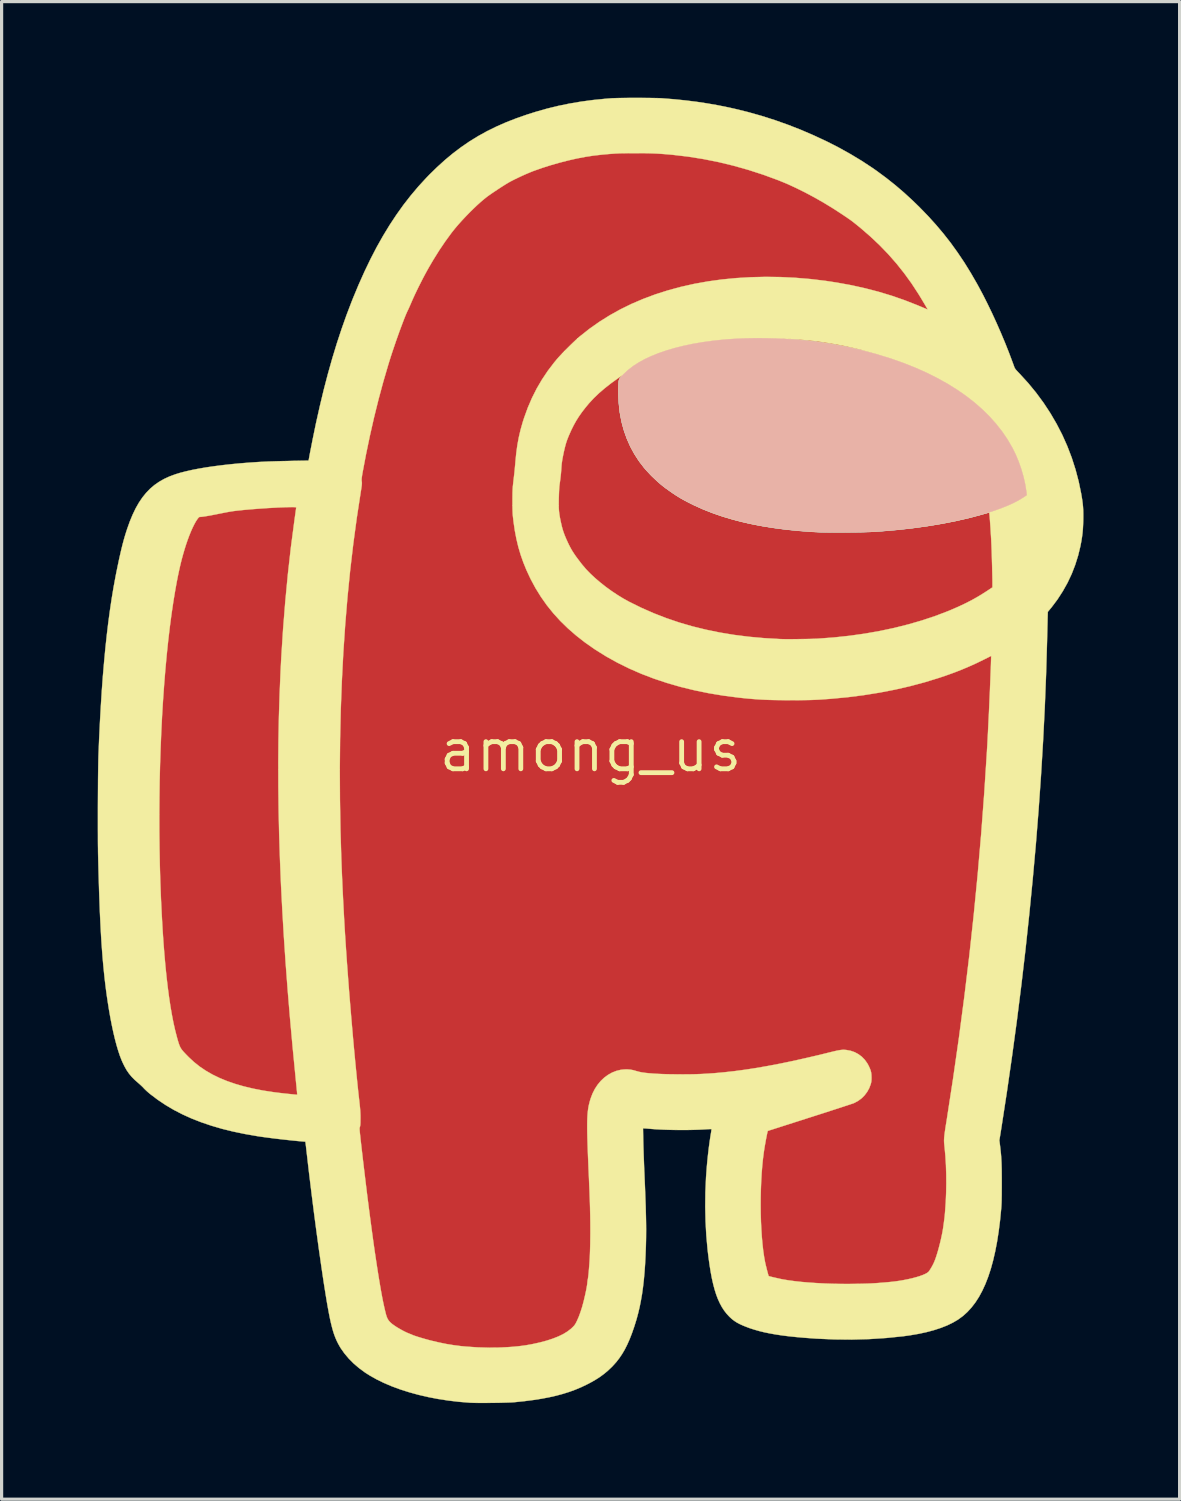
<source format=kicad_pcb>
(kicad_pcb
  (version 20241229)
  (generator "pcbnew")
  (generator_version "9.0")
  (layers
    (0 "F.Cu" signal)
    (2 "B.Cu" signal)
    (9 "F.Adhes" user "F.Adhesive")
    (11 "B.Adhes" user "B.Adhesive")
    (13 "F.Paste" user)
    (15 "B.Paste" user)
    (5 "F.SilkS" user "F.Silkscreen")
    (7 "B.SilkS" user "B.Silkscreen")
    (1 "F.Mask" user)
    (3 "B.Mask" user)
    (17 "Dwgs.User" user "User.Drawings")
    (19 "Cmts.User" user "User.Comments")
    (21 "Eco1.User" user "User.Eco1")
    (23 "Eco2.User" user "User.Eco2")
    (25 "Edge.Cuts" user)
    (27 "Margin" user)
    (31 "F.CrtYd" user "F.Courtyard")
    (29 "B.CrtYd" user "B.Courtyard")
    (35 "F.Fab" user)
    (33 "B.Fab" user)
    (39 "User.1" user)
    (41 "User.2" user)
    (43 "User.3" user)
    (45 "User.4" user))
  (footprint "among_us"
    (layer "F.Cu")
    (at 15.38 20.362)
    (property "Reference" "among_us" (at 0 0 0) (layer "F.SilkS") (effects (font (size 1.27 1.27) (thickness 0.15))))
    (attr through_hole)
    (fp_poly (pts (xy 1.861 -19.496) (xy 2.243 -19.476) (xy 2.365 -19.467) (xy 2.859 -19.419) (xy 3.348 -19.354) (xy 3.829 -19.272) (xy 4.304 -19.173) (xy 4.77 -19.057) (xy 5.228 -18.926) (xy 5.677 -18.778) (xy 6.116 -18.615) (xy 6.544 -18.437) (xy 6.962 -18.243) (xy 7.367 -18.035) (xy 7.759 -17.813) (xy 8.139 -17.576) (xy 8.504 -17.326) (xy 8.855 -17.062) (xy 9.19 -16.785) (xy 9.51 -16.494) (xy 9.716 -16.291) (xy 9.869 -16.132) (xy 10.01 -15.98) (xy 10.143 -15.829) (xy 10.272 -15.674) (xy 10.402 -15.51) (xy 10.52 -15.355) (xy 10.719 -15.078) (xy 10.917 -14.781) (xy 11.111 -14.467) (xy 11.302 -14.138) (xy 11.488 -13.795) (xy 11.668 -13.441) (xy 11.842 -13.077) (xy 12.008 -12.706) (xy 12.166 -12.328) (xy 12.314 -11.947) (xy 12.451 -11.564) (xy 12.577 -11.181) (xy 12.587 -11.15) (xy 12.622 -11.036) (xy 12.658 -10.913) (xy 12.696 -10.782) (xy 12.734 -10.648) (xy 12.771 -10.512) (xy 12.807 -10.379) (xy 12.841 -10.25) (xy 12.872 -10.13) (xy 12.899 -10.02) (xy 12.921 -9.925) (xy 12.938 -9.846) (xy 12.939 -9.842) (xy 12.947 -9.819) (xy 12.965 -9.783) (xy 12.989 -9.739) (xy 13.015 -9.696) (xy 13.158 -9.447) (xy 13.284 -9.19) (xy 13.391 -8.925) (xy 13.478 -8.654) (xy 13.546 -8.379) (xy 13.573 -8.239) (xy 13.582 -8.179) (xy 13.592 -8.12) (xy 13.599 -8.068) (xy 13.604 -8.031) (xy 13.605 -8.026) (xy 13.612 -7.961) (xy 13.516 -7.897) (xy 13.468 -7.865) (xy 13.416 -7.833) (xy 13.371 -7.806) (xy 13.351 -7.795) (xy 13.321 -7.777) (xy 13.301 -7.763) (xy 13.289 -7.748) (xy 13.284 -7.727) (xy 13.284 -7.696) (xy 13.289 -7.65) (xy 13.292 -7.62) (xy 13.303 -7.521) (xy 13.314 -7.403) (xy 13.325 -7.27) (xy 13.336 -7.124) (xy 13.346 -6.968) (xy 13.357 -6.805) (xy 13.367 -6.637) (xy 13.376 -6.467) (xy 13.384 -6.298) (xy 13.39 -6.175) (xy 13.393 -6.097) (xy 13.395 -5.999) (xy 13.397 -5.885) (xy 13.399 -5.756) (xy 13.4 -5.615) (xy 13.401 -5.463) (xy 13.402 -5.303) (xy 13.402 -5.137) (xy 13.402 -4.968) (xy 13.402 -4.797) (xy 13.401 -4.626) (xy 13.4 -4.459) (xy 13.399 -4.296) (xy 13.397 -4.14) (xy 13.395 -3.994) (xy 13.393 -3.859) (xy 13.39 -3.738) (xy 13.389 -3.709) (xy 13.378 -3.31) (xy 13.367 -2.93) (xy 13.355 -2.566) (xy 13.343 -2.215) (xy 13.331 -1.876) (xy 13.317 -1.545) (xy 13.303 -1.221) (xy 13.288 -0.9) (xy 13.272 -0.58) (xy 13.255 -0.258) (xy 13.236 0.067) (xy 13.217 0.398) (xy 13.202 0.63) (xy 13.122 1.807) (xy 13.027 2.996) (xy 12.92 4.195) (xy 12.799 5.4) (xy 12.665 6.608) (xy 12.519 7.816) (xy 12.361 9.021) (xy 12.191 10.219) (xy 12.01 11.407) (xy 11.953 11.766) (xy 11.937 11.865) (xy 11.924 11.946) (xy 11.914 12.013) (xy 11.907 12.068) (xy 11.903 12.116) (xy 11.901 12.158) (xy 11.901 12.199) (xy 11.903 12.242) (xy 11.908 12.29) (xy 11.914 12.346) (xy 11.921 12.409) (xy 11.942 12.624) (xy 11.958 12.856) (xy 11.968 13.101) (xy 11.973 13.355) (xy 11.972 13.614) (xy 11.966 13.875) (xy 11.954 14.133) (xy 11.937 14.385) (xy 11.914 14.627) (xy 11.911 14.658) (xy 11.877 14.927) (xy 11.836 15.185) (xy 11.789 15.431) (xy 11.735 15.664) (xy 11.675 15.882) (xy 11.609 16.086) (xy 11.538 16.274) (xy 11.462 16.446) (xy 11.381 16.601) (xy 11.295 16.738) (xy 11.205 16.856) (xy 11.111 16.954) (xy 11.065 16.993) (xy 10.962 17.065) (xy 10.839 17.132) (xy 10.694 17.194) (xy 10.53 17.251) (xy 10.345 17.303) (xy 10.139 17.35) (xy 9.913 17.392) (xy 9.666 17.429) (xy 9.399 17.461) (xy 9.111 17.488) (xy 8.951 17.5) (xy 8.866 17.505) (xy 8.763 17.51) (xy 8.646 17.514) (xy 8.517 17.517) (xy 8.379 17.52) (xy 8.236 17.522) (xy 8.091 17.524) (xy 7.947 17.524) (xy 7.807 17.524) (xy 7.675 17.523) (xy 7.553 17.522) (xy 7.445 17.519) (xy 7.366 17.516) (xy 7.088 17.502) (xy 6.823 17.484) (xy 6.571 17.463) (xy 6.334 17.438) (xy 6.111 17.41) (xy 5.904 17.379) (xy 5.713 17.345) (xy 5.54 17.308) (xy 5.383 17.268) (xy 5.246 17.226) (xy 5.127 17.181) (xy 5.028 17.134) (xy 4.957 17.09) (xy 4.905 17.042) (xy 4.855 16.974) (xy 4.807 16.886) (xy 4.761 16.779) (xy 4.717 16.655) (xy 4.675 16.513) (xy 4.636 16.354) (xy 4.599 16.179) (xy 4.566 15.99) (xy 4.535 15.785) (xy 4.509 15.568) (xy 4.499 15.473) (xy 4.465 15.081) (xy 4.444 14.679) (xy 4.435 14.272) (xy 4.439 13.864) (xy 4.454 13.456) (xy 4.481 13.054) (xy 4.52 12.66) (xy 4.57 12.279) (xy 4.604 12.065) (xy 4.622 11.968) (xy 4.641 11.868) (xy 4.662 11.767) (xy 4.683 11.668) (xy 4.705 11.572) (xy 4.727 11.483) (xy 4.747 11.401) (xy 4.766 11.33) (xy 4.784 11.272) (xy 4.799 11.228) (xy 4.81 11.202) (xy 4.816 11.195) (xy 4.829 11.191) (xy 4.86 11.18) (xy 4.907 11.164) (xy 4.969 11.144) (xy 5.043 11.12) (xy 5.128 11.092) (xy 5.222 11.062) (xy 5.323 11.03) (xy 5.376 11.013) (xy 5.628 10.932) (xy 5.861 10.858) (xy 6.074 10.79) (xy 6.27 10.728) (xy 6.449 10.67) (xy 6.611 10.619) (xy 6.758 10.572) (xy 6.89 10.53) (xy 7.007 10.492) (xy 7.111 10.459) (xy 7.203 10.429) (xy 7.283 10.404) (xy 7.351 10.382) (xy 7.409 10.363) (xy 7.458 10.347) (xy 7.497 10.334) (xy 7.529 10.324) (xy 7.553 10.315) (xy 7.57 10.309) (xy 7.582 10.305) (xy 7.588 10.303) (xy 7.59 10.301) (xy 7.589 10.301) (xy 7.584 10.302) (xy 7.578 10.303) (xy 7.572 10.304) (xy 7.554 10.308) (xy 7.518 10.316) (xy 7.467 10.328) (xy 7.405 10.343) (xy 7.335 10.359) (xy 7.26 10.377) (xy 6.732 10.499) (xy 6.219 10.607) (xy 5.722 10.701) (xy 5.24 10.783) (xy 4.773 10.85) (xy 4.32 10.905) (xy 3.882 10.946) (xy 3.456 10.974) (xy 3.044 10.989) (xy 2.645 10.99) (xy 2.258 10.979) (xy 1.883 10.954) (xy 1.651 10.932) (xy 1.547 10.92) (xy 1.461 10.91) (xy 1.393 10.901) (xy 1.339 10.892) (xy 1.297 10.884) (xy 1.266 10.876) (xy 1.244 10.867) (xy 1.227 10.858) (xy 1.226 10.858) (xy 1.177 10.835) (xy 1.12 10.828) (xy 1.063 10.839) (xy 1.043 10.848) (xy 0.99 10.883) (xy 0.938 10.937) (xy 0.89 11.006) (xy 0.847 11.087) (xy 0.811 11.177) (xy 0.793 11.234) (xy 0.785 11.273) (xy 0.778 11.322) (xy 0.772 11.381) (xy 0.768 11.453) (xy 0.766 11.537) (xy 0.764 11.635) (xy 0.765 11.747) (xy 0.766 11.875) (xy 0.769 12.018) (xy 0.774 12.179) (xy 0.78 12.357) (xy 0.787 12.555) (xy 0.796 12.771) (xy 0.805 12.965) (xy 0.813 13.159) (xy 0.821 13.334) (xy 0.828 13.491) (xy 0.834 13.633) (xy 0.839 13.761) (xy 0.844 13.877) (xy 0.847 13.983) (xy 0.851 14.081) (xy 0.853 14.173) (xy 0.856 14.26) (xy 0.857 14.344) (xy 0.859 14.428) (xy 0.86 14.513) (xy 0.86 14.6) (xy 0.861 14.692) (xy 0.861 14.791) (xy 0.861 14.899) (xy 0.862 14.933) (xy 0.862 15.103) (xy 0.861 15.253) (xy 0.86 15.388) (xy 0.858 15.51) (xy 0.856 15.621) (xy 0.853 15.724) (xy 0.848 15.821) (xy 0.843 15.915) (xy 0.837 16.01) (xy 0.83 16.106) (xy 0.821 16.208) (xy 0.82 16.224) (xy 0.785 16.551) (xy 0.742 16.859) (xy 0.69 17.148) (xy 0.628 17.42) (xy 0.557 17.675) (xy 0.477 17.913) (xy 0.387 18.134) (xy 0.339 18.238) (xy 0.267 18.371) (xy 0.185 18.492) (xy 0.089 18.604) (xy -0.023 18.71) (xy -0.141 18.805) (xy -0.299 18.911) (xy -0.476 19.01) (xy -0.67 19.101) (xy -0.881 19.183) (xy -1.107 19.257) (xy -1.347 19.322) (xy -1.601 19.378) (xy -1.867 19.425) (xy -2.145 19.462) (xy -2.432 19.489) (xy -2.728 19.507) (xy -3.033 19.514) (xy -3.149 19.514) (xy -3.228 19.513) (xy -3.304 19.512) (xy -3.373 19.511) (xy -3.431 19.51) (xy -3.474 19.509) (xy -3.498 19.509) (xy -3.811 19.489) (xy -4.116 19.46) (xy -4.412 19.422) (xy -4.697 19.376) (xy -4.972 19.322) (xy -5.236 19.26) (xy -5.487 19.19) (xy -5.724 19.113) (xy -5.947 19.03) (xy -6.155 18.939) (xy -6.348 18.842) (xy -6.523 18.739) (xy -6.681 18.631) (xy -6.82 18.516) (xy -6.94 18.397) (xy -6.991 18.337) (xy -7.044 18.269) (xy -7.087 18.206) (xy -7.123 18.144) (xy -7.154 18.078) (xy -7.181 18.004) (xy -7.208 17.917) (xy -7.229 17.839) (xy -7.261 17.708) (xy -7.294 17.556) (xy -7.329 17.383) (xy -7.366 17.19) (xy -7.404 16.977) (xy -7.443 16.745) (xy -7.484 16.492) (xy -7.526 16.221) (xy -7.569 15.93) (xy -7.613 15.621) (xy -7.659 15.293) (xy -7.706 14.947) (xy -7.754 14.582) (xy -7.803 14.2) (xy -7.853 13.801) (xy -7.904 13.384) (xy -7.956 12.951) (xy -8.009 12.5) (xy -8.063 12.033) (xy -8.074 11.938) (xy -8.085 11.845) (xy -8.095 11.759) (xy -8.104 11.684) (xy -8.112 11.621) (xy -8.119 11.571) (xy -8.123 11.538) (xy -8.126 11.522) (xy -8.127 11.523) (xy -8.131 11.548) (xy -8.143 11.557) (xy -8.147 11.557) (xy -8.17 11.556) (xy -8.212 11.553) (xy -8.271 11.549) (xy -8.344 11.543) (xy -8.429 11.535) (xy -8.524 11.527) (xy -8.626 11.518) (xy -8.734 11.508) (xy -8.845 11.498) (xy -8.957 11.488) (xy -9.067 11.478) (xy -9.174 11.467) (xy -9.275 11.458) (xy -9.368 11.448) (xy -9.451 11.44) (xy -9.521 11.433) (xy -9.551 11.429) (xy -9.904 11.386) (xy -10.236 11.337) (xy -10.55 11.283) (xy -10.847 11.223) (xy -11.127 11.157) (xy -11.391 11.084) (xy -11.641 11.004) (xy -11.877 10.918) (xy -12.101 10.824) (xy -12.313 10.722) (xy -12.515 10.613) (xy -12.519 10.611) (xy -12.603 10.561) (xy -12.677 10.516) (xy -12.747 10.471) (xy -12.818 10.422) (xy -12.895 10.366) (xy -12.959 10.318) (xy -12.996 10.291) (xy 7.613 10.291) (xy 7.614 10.297) (xy 7.62 10.298) (xy 7.629 10.294) (xy 7.627 10.291) (xy 7.614 10.289) (xy 7.613 10.291) (xy -12.996 10.291) (xy -13.007 10.282) (xy 7.652 10.282) (xy 7.657 10.287) (xy 7.662 10.282) (xy 7.657 10.276) (xy 7.652 10.282) (xy -13.007 10.282) (xy -13.017 10.275) (xy -13.068 10.235) (xy -13.116 10.195) (xy -13.164 10.154) (xy -13.215 10.108) (xy -13.272 10.055) (xy -13.338 9.992) (xy -13.415 9.918) (xy -13.48 9.854) (xy -13.531 9.801) (xy -13.571 9.757) (xy -13.602 9.719) (xy -13.625 9.685) (xy -13.631 9.676) (xy -13.687 9.569) (xy -13.741 9.442) (xy -13.793 9.296) (xy -13.844 9.13) (xy -13.893 8.946) (xy -13.94 8.745) (xy -13.985 8.526) (xy -14.028 8.292) (xy -14.069 8.042) (xy -14.108 7.777) (xy -14.145 7.497) (xy -14.18 7.205) (xy -14.213 6.9) (xy -14.243 6.583) (xy -14.271 6.254) (xy -14.297 5.915) (xy -14.321 5.566) (xy -14.33 5.424) (xy -8.615 5.424) (xy -8.61 5.429) (xy -8.604 5.424) (xy -8.61 5.419) (xy -8.615 5.424) (xy -14.33 5.424) (xy -14.342 5.211) (xy -8.625 5.211) (xy -8.623 5.225) (xy -8.619 5.225) (xy -8.616 5.211) (xy -8.618 5.205) (xy -8.623 5.201) (xy -8.625 5.211) (xy -14.342 5.211) (xy -14.342 5.207) (xy -14.353 5.006) (xy -8.634 5.006) (xy -8.633 5.021) (xy -8.629 5.019) (xy -8.628 4.997) (xy -8.629 4.993) (xy -8.633 4.991) (xy -8.634 5.006) (xy -14.353 5.006) (xy -14.361 4.841) (xy -14.364 4.773) (xy -8.644 4.773) (xy -8.643 4.792) (xy -8.64 4.795) (xy -8.639 4.792) (xy -8.638 4.765) (xy -8.639 4.755) (xy -8.642 4.751) (xy -8.644 4.766) (xy -8.644 4.773) (xy -14.364 4.773) (xy -14.375 4.535) (xy -8.654 4.535) (xy -8.654 4.557) (xy -8.651 4.562) (xy -8.65 4.559) (xy -8.648 4.533) (xy -8.65 4.517) (xy -8.652 4.511) (xy -8.654 4.523) (xy -8.654 4.535) (xy -14.375 4.535) (xy -14.378 4.466) (xy -14.385 4.281) (xy -8.664 4.281) (xy -8.664 4.309) (xy -8.662 4.321) (xy -8.66 4.316) (xy -8.658 4.283) (xy -8.66 4.252) (xy -8.662 4.243) (xy -8.664 4.254) (xy -8.664 4.28) (xy -8.664 4.281) (xy -14.385 4.281) (xy -14.392 4.084) (xy -14.394 4.006) (xy -8.675 4.006) (xy -8.674 4.037) (xy -8.673 4.052) (xy -8.671 4.049) (xy -8.671 4.046) (xy -8.669 4.011) (xy -8.67 3.973) (xy -8.671 3.972) (xy -8.673 3.962) (xy -8.674 3.971) (xy -8.675 3.997) (xy -8.675 4.006) (xy -14.394 4.006) (xy -14.403 3.715) (xy -8.685 3.715) (xy -8.685 3.751) (xy -8.684 3.773) (xy -8.682 3.776) (xy -8.681 3.765) (xy -8.68 3.721) (xy -8.681 3.674) (xy -8.681 3.664) (xy -8.683 3.653) (xy -8.684 3.66) (xy -8.685 3.685) (xy -8.685 3.715) (xy -14.403 3.715) (xy -14.404 3.696) (xy -14.411 3.381) (xy -8.695 3.381) (xy -8.695 3.424) (xy -8.694 3.451) (xy -8.693 3.461) (xy -8.692 3.453) (xy -8.692 3.448) (xy -8.69 3.402) (xy -8.691 3.349) (xy -8.692 3.321) (xy -8.693 3.305) (xy -8.694 3.309) (xy -8.695 3.331) (xy -8.695 3.369) (xy -8.695 3.381) (xy -14.411 3.381) (xy -14.412 3.302) (xy -14.417 3.009) (xy -8.706 3.009) (xy -8.706 3.011) (xy -8.706 3.062) (xy -8.705 3.098) (xy -8.704 3.117) (xy -8.703 3.118) (xy -8.702 3.099) (xy -8.702 3.098) (xy -8.701 3.04) (xy -8.701 2.977) (xy -8.702 2.921) (xy -8.702 2.918) (xy -8.703 2.9) (xy -8.704 2.901) (xy -8.705 2.921) (xy -8.706 2.957) (xy -8.706 3.009) (xy -14.417 3.009) (xy -14.419 2.903) (xy -14.423 2.499) (xy -14.424 2.092) (xy -14.422 1.682) (xy -14.418 1.27) (xy -14.411 0.857) (xy -14.401 0.442) (xy -14.388 0.027) (xy -14.372 -0.387) (xy -14.354 -0.8) (xy -14.332 -1.211) (xy -14.308 -1.619) (xy -14.282 -2) (xy -14.247 -2.449) (xy -14.209 -2.883) (xy -14.167 -3.303) (xy -14.121 -3.708) (xy -14.072 -4.098) (xy -14.02 -4.472) (xy -13.964 -4.829) (xy -13.906 -5.17) (xy -13.844 -5.493) (xy -13.779 -5.797) (xy -13.711 -6.084) (xy -13.64 -6.351) (xy -13.567 -6.599) (xy -13.491 -6.826) (xy -13.429 -6.99) (xy -13.396 -7.069) (xy -13.357 -7.157) (xy -13.313 -7.247) (xy -13.268 -7.336) (xy -13.224 -7.418) (xy -13.183 -7.49) (xy -13.156 -7.531) (xy -13.087 -7.627) (xy -13.012 -7.713) (xy -12.934 -7.789) (xy -12.855 -7.851) (xy -12.779 -7.896) (xy -12.76 -7.905) (xy -12.73 -7.916) (xy -12.683 -7.93) (xy -12.623 -7.947) (xy -12.553 -7.965) (xy -12.477 -7.985) (xy -12.399 -8.004) (xy -12.322 -8.021) (xy -12.25 -8.037) (xy -12.015 -8.082) (xy -11.766 -8.123) (xy -11.502 -8.16) (xy -11.222 -8.193) (xy -10.925 -8.222) (xy -10.611 -8.247) (xy -10.279 -8.269) (xy -9.929 -8.286) (xy -9.558 -8.3) (xy -9.223 -8.309) (xy -9.118 -8.311) (xy -9.008 -8.313) (xy -8.896 -8.314) (xy -8.784 -8.315) (xy -8.674 -8.315) (xy -8.567 -8.315) (xy -8.467 -8.315) (xy -8.374 -8.314) (xy -8.292 -8.313) (xy -8.221 -8.312) (xy -8.165 -8.31) (xy -8.125 -8.308) (xy -8.103 -8.305) (xy -8.099 -8.304) (xy -8.1 -8.293) (xy -8.103 -8.264) (xy -8.109 -8.221) (xy -8.118 -8.168) (xy -8.127 -8.111) (xy -8.179 -7.791) (xy -8.229 -7.452) (xy -8.278 -7.098) (xy -8.326 -6.731) (xy -8.372 -6.354) (xy -8.416 -5.968) (xy -8.457 -5.578) (xy -8.495 -5.186) (xy -8.53 -4.794) (xy -8.562 -4.408) (xy -8.591 -4.007) (xy -8.618 -3.608) (xy -8.642 -3.208) (xy -8.663 -2.804) (xy -8.682 -2.392) (xy -8.698 -1.97) (xy -8.712 -1.535) (xy -8.724 -1.085) (xy -8.732 -0.704) (xy -8.734 -0.605) (xy -8.735 -0.489) (xy -8.736 -0.358) (xy -8.737 -0.212) (xy -8.738 -0.055) (xy -8.738 0.112) (xy -8.739 0.287) (xy -8.739 0.469) (xy -8.738 0.654) (xy -8.738 0.842) (xy -8.737 1.031) (xy -8.737 1.218) (xy -8.736 1.402) (xy -8.734 1.58) (xy -8.733 1.752) (xy -8.732 1.914) (xy -8.73 2.065) (xy -8.728 2.204) (xy -8.726 2.327) (xy -8.724 2.434) (xy -8.722 2.523) (xy -8.721 2.551) (xy -8.72 2.586) (xy -8.719 2.601) (xy -8.718 2.596) (xy -8.718 2.574) (xy -8.717 2.534) (xy -8.718 2.478) (xy -8.718 2.406) (xy -8.719 2.32) (xy -8.72 2.26) (xy -8.721 2.109) (xy -8.722 1.945) (xy -8.723 1.769) (xy -8.724 1.583) (xy -8.725 1.389) (xy -8.725 1.19) (xy -8.725 0.987) (xy -8.724 0.784) (xy -8.724 0.581) (xy -8.723 0.383) (xy -8.722 0.189) (xy -8.721 0.004) (xy -8.719 -0.172) (xy -8.718 -0.335) (xy -8.716 -0.484) (xy -8.714 -0.616) (xy -8.711 -0.729) (xy -8.711 -0.736) (xy -8.691 -1.466) (xy -8.664 -2.176) (xy -8.632 -2.869) (xy -8.592 -3.544) (xy -8.547 -4.203) (xy -8.495 -4.847) (xy -8.436 -5.477) (xy -8.37 -6.093) (xy -8.297 -6.697) (xy -8.218 -7.29) (xy -8.131 -7.872) (xy -8.038 -8.446) (xy -7.936 -9.011) (xy -7.828 -9.569) (xy -7.826 -9.579) (xy -7.702 -10.165) (xy -7.571 -10.732) (xy -7.434 -11.278) (xy -7.291 -11.805) (xy -7.14 -12.313) (xy -6.983 -12.802) (xy -6.818 -13.272) (xy -6.647 -13.723) (xy -6.469 -14.157) (xy -6.283 -14.572) (xy -6.09 -14.969) (xy -5.89 -15.349) (xy -5.683 -15.712) (xy -5.458 -16.07) (xy -5.226 -16.41) (xy -4.984 -16.731) (xy -4.735 -17.032) (xy -4.477 -17.314) (xy -4.211 -17.576) (xy -3.936 -17.819) (xy -3.653 -18.043) (xy -3.362 -18.247) (xy -3.062 -18.432) (xy -2.755 -18.598) (xy -2.513 -18.711) (xy -2.122 -18.873) (xy -1.719 -19.018) (xy -1.308 -19.144) (xy -0.89 -19.252) (xy -0.466 -19.341) (xy -0.038 -19.41) (xy 0.365 -19.457) (xy 0.725 -19.485) (xy 1.098 -19.5) (xy 1.478 -19.504) (xy 1.861 -19.496)) (stroke (width 0.01) (type solid)) (fill yes) (layer "F.Cu"))
    (fp_poly (pts (xy 6.195 -13.803) (xy 6.624 -13.774) (xy 7.055 -13.73) (xy 7.486 -13.67) (xy 7.784 -13.619) (xy 8.22 -13.531) (xy 8.647 -13.428) (xy 9.064 -13.31) (xy 9.471 -13.178) (xy 9.867 -13.032) (xy 10.251 -12.872) (xy 10.624 -12.699) (xy 10.983 -12.513) (xy 11.33 -12.314) (xy 11.662 -12.104) (xy 11.98 -11.881) (xy 12.283 -11.647) (xy 12.569 -11.401) (xy 12.84 -11.145) (xy 13.093 -10.878) (xy 13.329 -10.602) (xy 13.546 -10.315) (xy 13.572 -10.278) (xy 13.774 -9.973) (xy 13.957 -9.66) (xy 14.12 -9.339) (xy 14.263 -9.01) (xy 14.386 -8.673) (xy 14.49 -8.328) (xy 14.575 -7.975) (xy 14.64 -7.614) (xy 14.641 -7.602) (xy 14.654 -7.505) (xy 14.663 -7.417) (xy 14.667 -7.333) (xy 14.667 -7.245) (xy 14.663 -7.147) (xy 14.657 -7.064) (xy 14.628 -6.804) (xy 14.58 -6.55) (xy 14.514 -6.304) (xy 14.428 -6.064) (xy 14.322 -5.831) (xy 14.197 -5.602) (xy 14.052 -5.379) (xy 13.887 -5.161) (xy 13.701 -4.947) (xy 13.494 -4.736) (xy 13.479 -4.721) (xy 13.255 -4.521) (xy 13.012 -4.328) (xy 12.751 -4.143) (xy 12.473 -3.967) (xy 12.178 -3.8) (xy 11.867 -3.641) (xy 11.541 -3.492) (xy 11.201 -3.352) (xy 10.847 -3.223) (xy 10.481 -3.103) (xy 10.102 -2.994) (xy 9.712 -2.895) (xy 9.312 -2.807) (xy 8.902 -2.73) (xy 8.483 -2.665) (xy 8.056 -2.612) (xy 7.622 -2.571) (xy 7.429 -2.556) (xy 7.03 -2.535) (xy 6.623 -2.524) (xy 6.22 -2.523) (xy 6.043 -2.526) (xy 5.763 -2.536) (xy 5.473 -2.552) (xy 5.178 -2.574) (xy 4.887 -2.601) (xy 4.607 -2.633) (xy 4.506 -2.646) (xy 4.071 -2.711) (xy 3.647 -2.789) (xy 3.236 -2.879) (xy 2.839 -2.981) (xy 2.454 -3.095) (xy 2.084 -3.22) (xy 1.727 -3.357) (xy 1.386 -3.505) (xy 1.06 -3.664) (xy 0.75 -3.834) (xy 0.456 -4.014) (xy 0.179 -4.204) (xy -0.082 -4.405) (xy -0.324 -4.615) (xy -0.549 -4.836) (xy -0.754 -5.065) (xy -0.78 -5.096) (xy -0.954 -5.323) (xy -1.112 -5.561) (xy -1.254 -5.809) (xy -1.378 -6.064) (xy -1.483 -6.325) (xy -1.569 -6.59) (xy -1.598 -6.697) (xy -1.643 -6.897) (xy -1.678 -7.092) (xy -1.703 -7.288) (xy -1.718 -7.49) (xy -1.725 -7.704) (xy -1.725 -7.763) (xy -1.723 -7.92) (xy -1.718 -8.063) (xy -1.708 -8.2) (xy -1.694 -8.338) (xy -1.681 -8.435) (xy -1.672 -8.507) (xy -1.663 -8.589) (xy -1.656 -8.67) (xy -1.65 -8.737) (xy -1.632 -8.965) (xy -1.608 -9.177) (xy -1.577 -9.376) (xy -1.54 -9.567) (xy -1.494 -9.753) (xy -1.44 -9.938) (xy -1.42 -9.997) (xy -1.314 -10.285) (xy -1.19 -10.562) (xy -1.047 -10.83) (xy -0.886 -11.087) (xy -0.706 -11.335) (xy -0.507 -11.573) (xy -0.29 -11.802) (xy -0.054 -12.021) (xy 0.202 -12.231) (xy 0.291 -12.298) (xy 0.571 -12.495) (xy 0.868 -12.678) (xy 1.179 -12.848) (xy 1.505 -13.006) (xy 1.844 -13.149) (xy 2.195 -13.279) (xy 2.558 -13.396) (xy 2.932 -13.499) (xy 3.315 -13.587) (xy 3.707 -13.662) (xy 4.107 -13.722) (xy 4.514 -13.768) (xy 4.928 -13.799) (xy 5.346 -13.815) (xy 5.769 -13.817) (xy 6.195 -13.803)) (stroke (width 0.01) (type solid)) (fill yes) (layer "F.Mask"))
    (fp_poly (pts (xy 5.476 -12.856) (xy 5.797 -12.848) (xy 6.116 -12.832) (xy 6.427 -12.81) (xy 6.593 -12.795) (xy 7.07 -12.74) (xy 7.54 -12.669) (xy 8.002 -12.584) (xy 8.453 -12.483) (xy 8.892 -12.369) (xy 9.317 -12.24) (xy 9.398 -12.214) (xy 9.78 -12.078) (xy 10.145 -11.933) (xy 10.494 -11.777) (xy 10.825 -11.611) (xy 11.14 -11.436) (xy 11.437 -11.251) (xy 11.717 -11.056) (xy 11.979 -10.852) (xy 12.222 -10.639) (xy 12.448 -10.417) (xy 12.654 -10.186) (xy 12.842 -9.947) (xy 13.011 -9.699) (xy 13.16 -9.443) (xy 13.165 -9.435) (xy 13.268 -9.225) (xy 13.361 -9.002) (xy 13.442 -8.77) (xy 13.51 -8.535) (xy 13.563 -8.301) (xy 13.599 -8.072) (xy 13.605 -8.026) (xy 13.612 -7.961) (xy 13.497 -7.884) (xy 13.362 -7.802) (xy 13.206 -7.72) (xy 13.031 -7.64) (xy 12.839 -7.563) (xy 12.63 -7.487) (xy 12.405 -7.413) (xy 12.166 -7.343) (xy 11.914 -7.275) (xy 11.649 -7.211) (xy 11.374 -7.15) (xy 11.088 -7.093) (xy 10.794 -7.04) (xy 10.492 -6.991) (xy 10.184 -6.947) (xy 9.87 -6.908) (xy 9.552 -6.874) (xy 9.319 -6.853) (xy 9.195 -6.843) (xy 9.082 -6.834) (xy 8.977 -6.827) (xy 8.876 -6.82) (xy 8.777 -6.815) (xy 8.676 -6.811) (xy 8.571 -6.808) (xy 8.458 -6.805) (xy 8.336 -6.803) (xy 8.199 -6.802) (xy 8.047 -6.801) (xy 7.943 -6.8) (xy 7.823 -6.8) (xy 7.708 -6.799) (xy 7.6 -6.799) (xy 7.5 -6.799) (xy 7.412 -6.799) (xy 7.336 -6.799) (xy 7.275 -6.8) (xy 7.23 -6.8) (xy 7.205 -6.801) (xy 7.202 -6.801) (xy 7.171 -6.803) (xy 7.124 -6.805) (xy 7.064 -6.809) (xy 6.998 -6.812) (xy 6.932 -6.816) (xy 6.498 -6.846) (xy 6.076 -6.888) (xy 5.668 -6.943) (xy 5.272 -7.009) (xy 4.891 -7.088) (xy 4.524 -7.178) (xy 4.172 -7.28) (xy 3.836 -7.393) (xy 3.516 -7.517) (xy 3.213 -7.653) (xy 2.928 -7.799) (xy 2.842 -7.847) (xy 2.755 -7.899) (xy 2.658 -7.96) (xy 2.556 -8.028) (xy 2.453 -8.099) (xy 2.356 -8.168) (xy 2.269 -8.233) (xy 2.233 -8.262) (xy 2.165 -8.318) (xy 2.089 -8.386) (xy 2.009 -8.461) (xy 1.927 -8.54) (xy 1.848 -8.62) (xy 1.774 -8.697) (xy 1.71 -8.767) (xy 1.66 -8.827) (xy 1.496 -9.048) (xy 1.352 -9.275) (xy 1.227 -9.51) (xy 1.121 -9.753) (xy 1.033 -10.004) (xy 0.965 -10.264) (xy 0.915 -10.534) (xy 0.888 -10.77) (xy 4.868 -10.77) (xy 4.879 -10.637) (xy 4.909 -10.51) (xy 4.96 -10.39) (xy 5.03 -10.275) (xy 5.121 -10.167) (xy 5.232 -10.065) (xy 5.363 -9.97) (xy 5.515 -9.881) (xy 5.686 -9.798) (xy 5.877 -9.722) (xy 6.048 -9.664) (xy 6.269 -9.602) (xy 6.509 -9.546) (xy 6.765 -9.498) (xy 7.036 -9.457) (xy 7.32 -9.423) (xy 7.615 -9.397) (xy 7.921 -9.379) (xy 8.234 -9.369) (xy 8.554 -9.367) (xy 8.878 -9.374) (xy 8.969 -9.377) (xy 9.242 -9.39) (xy 9.508 -9.408) (xy 9.765 -9.43) (xy 10.013 -9.456) (xy 10.25 -9.486) (xy 10.475 -9.52) (xy 10.687 -9.557) (xy 10.884 -9.598) (xy 11.066 -9.641) (xy 11.231 -9.688) (xy 11.377 -9.737) (xy 11.505 -9.788) (xy 11.554 -9.811) (xy 11.64 -9.859) (xy 11.705 -9.906) (xy 11.75 -9.954) (xy 11.775 -10.004) (xy 11.781 -10.056) (xy 11.767 -10.113) (xy 11.735 -10.175) (xy 11.709 -10.213) (xy 11.643 -10.289) (xy 11.558 -10.37) (xy 11.455 -10.454) (xy 11.335 -10.542) (xy 11.199 -10.632) (xy 11.049 -10.723) (xy 10.886 -10.816) (xy 10.712 -10.909) (xy 10.527 -11.002) (xy 10.333 -11.094) (xy 10.131 -11.185) (xy 9.922 -11.274) (xy 9.708 -11.36) (xy 9.49 -11.443) (xy 9.269 -11.522) (xy 9.046 -11.596) (xy 8.824 -11.665) (xy 8.671 -11.71) (xy 8.348 -11.796) (xy 8.036 -11.868) (xy 7.735 -11.928) (xy 7.447 -11.973) (xy 7.172 -12.006) (xy 6.91 -12.025) (xy 6.662 -12.03) (xy 6.427 -12.022) (xy 6.207 -12) (xy 6.002 -11.965) (xy 5.812 -11.916) (xy 5.637 -11.854) (xy 5.547 -11.814) (xy 5.409 -11.736) (xy 5.284 -11.643) (xy 5.174 -11.538) (xy 5.079 -11.421) (xy 5 -11.294) (xy 4.939 -11.159) (xy 4.896 -11.017) (xy 4.873 -10.87) (xy 4.868 -10.77) (xy 0.888 -10.77) (xy 0.883 -10.813) (xy 0.87 -11.103) (xy 0.871 -11.313) (xy 0.874 -11.393) (xy 0.876 -11.456) (xy 0.88 -11.506) (xy 0.888 -11.546) (xy 0.9 -11.58) (xy 0.919 -11.611) (xy 0.945 -11.644) (xy 0.98 -11.683) (xy 1.026 -11.73) (xy 1.042 -11.746) (xy 1.175 -11.87) (xy 1.328 -11.988) (xy 1.5 -12.099) (xy 1.691 -12.204) (xy 1.899 -12.301) (xy 2.125 -12.392) (xy 2.367 -12.475) (xy 2.625 -12.551) (xy 2.898 -12.619) (xy 3.186 -12.68) (xy 3.488 -12.732) (xy 3.804 -12.776) (xy 4.132 -12.811) (xy 4.249 -12.821) (xy 4.537 -12.84) (xy 4.841 -12.853) (xy 5.155 -12.858) (xy 5.476 -12.856)) (stroke (width 0.01) (type solid)) (fill yes) (layer "B.Cu"))
    (fp_poly (pts (xy 5.476 -12.856) (xy 5.797 -12.848) (xy 6.116 -12.832) (xy 6.427 -12.81) (xy 6.593 -12.795) (xy 7.07 -12.74) (xy 7.54 -12.669) (xy 8.002 -12.584) (xy 8.453 -12.483) (xy 8.892 -12.369) (xy 9.317 -12.24) (xy 9.398 -12.214) (xy 9.78 -12.078) (xy 10.145 -11.933) (xy 10.494 -11.777) (xy 10.825 -11.611) (xy 11.14 -11.436) (xy 11.437 -11.251) (xy 11.717 -11.056) (xy 11.979 -10.852) (xy 12.222 -10.639) (xy 12.448 -10.417) (xy 12.654 -10.186) (xy 12.842 -9.947) (xy 13.011 -9.699) (xy 13.16 -9.443) (xy 13.165 -9.435) (xy 13.268 -9.225) (xy 13.361 -9.002) (xy 13.442 -8.77) (xy 13.51 -8.535) (xy 13.563 -8.301) (xy 13.599 -8.072) (xy 13.605 -8.026) (xy 13.612 -7.961) (xy 13.497 -7.884) (xy 13.362 -7.802) (xy 13.206 -7.72) (xy 13.031 -7.64) (xy 12.839 -7.563) (xy 12.63 -7.487) (xy 12.405 -7.413) (xy 12.166 -7.343) (xy 11.914 -7.275) (xy 11.649 -7.211) (xy 11.374 -7.15) (xy 11.088 -7.093) (xy 10.794 -7.04) (xy 10.492 -6.991) (xy 10.184 -6.947) (xy 9.87 -6.908) (xy 9.552 -6.874) (xy 9.319 -6.853) (xy 9.195 -6.843) (xy 9.082 -6.834) (xy 8.977 -6.827) (xy 8.876 -6.82) (xy 8.777 -6.815) (xy 8.676 -6.811) (xy 8.571 -6.808) (xy 8.458 -6.805) (xy 8.336 -6.803) (xy 8.199 -6.802) (xy 8.047 -6.801) (xy 7.943 -6.8) (xy 7.823 -6.8) (xy 7.708 -6.799) (xy 7.6 -6.799) (xy 7.5 -6.799) (xy 7.412 -6.799) (xy 7.336 -6.799) (xy 7.275 -6.8) (xy 7.23 -6.8) (xy 7.205 -6.801) (xy 7.202 -6.801) (xy 7.171 -6.803) (xy 7.124 -6.805) (xy 7.064 -6.809) (xy 6.998 -6.812) (xy 6.932 -6.816) (xy 6.498 -6.846) (xy 6.076 -6.888) (xy 5.668 -6.943) (xy 5.272 -7.009) (xy 4.891 -7.088) (xy 4.524 -7.178) (xy 4.172 -7.28) (xy 3.836 -7.393) (xy 3.516 -7.517) (xy 3.213 -7.653) (xy 2.928 -7.799) (xy 2.842 -7.847) (xy 2.755 -7.899) (xy 2.658 -7.96) (xy 2.556 -8.028) (xy 2.453 -8.099) (xy 2.356 -8.168) (xy 2.269 -8.233) (xy 2.233 -8.262) (xy 2.165 -8.318) (xy 2.089 -8.386) (xy 2.009 -8.461) (xy 1.927 -8.54) (xy 1.848 -8.62) (xy 1.774 -8.697) (xy 1.71 -8.767) (xy 1.66 -8.827) (xy 1.496 -9.048) (xy 1.352 -9.275) (xy 1.227 -9.51) (xy 1.121 -9.753) (xy 1.033 -10.004) (xy 0.965 -10.264) (xy 0.915 -10.534) (xy 0.883 -10.813) (xy 0.87 -11.103) (xy 0.871 -11.313) (xy 0.874 -11.393) (xy 0.876 -11.456) (xy 0.88 -11.506) (xy 0.888 -11.546) (xy 0.9 -11.58) (xy 0.919 -11.611) (xy 0.945 -11.644) (xy 0.98 -11.683) (xy 1.026 -11.73) (xy 1.042 -11.746) (xy 1.175 -11.87) (xy 1.328 -11.988) (xy 1.5 -12.099) (xy 1.691 -12.204) (xy 1.899 -12.301) (xy 2.125 -12.392) (xy 2.367 -12.475) (xy 2.625 -12.551) (xy 2.898 -12.619) (xy 3.186 -12.68) (xy 3.488 -12.732) (xy 3.804 -12.776) (xy 4.132 -12.811) (xy 4.249 -12.821) (xy 4.537 -12.84) (xy 4.841 -12.853) (xy 5.155 -12.858) (xy 5.476 -12.856)) (stroke (width 0.01) (type solid)) (fill yes) (layer "B.Mask"))
    (fp_poly (pts (xy 1.587 -20.357) (xy 1.715 -20.356) (xy 1.837 -20.355) (xy 1.95 -20.353) (xy 2.053 -20.351) (xy 2.141 -20.349) (xy 2.213 -20.346) (xy 2.249 -20.343) (xy 2.615 -20.314) (xy 2.966 -20.278) (xy 3.304 -20.236) (xy 3.635 -20.186) (xy 3.962 -20.129) (xy 4.291 -20.063) (xy 4.498 -20.017) (xy 4.916 -19.914) (xy 5.335 -19.796) (xy 5.752 -19.663) (xy 6.166 -19.516) (xy 6.574 -19.356) (xy 6.975 -19.183) (xy 7.367 -19) (xy 7.747 -18.806) (xy 8.114 -18.602) (xy 8.465 -18.39) (xy 8.799 -18.17) (xy 8.932 -18.077) (xy 9.228 -17.858) (xy 9.51 -17.634) (xy 9.782 -17.401) (xy 10.05 -17.155) (xy 10.261 -16.95) (xy 10.527 -16.676) (xy 10.777 -16.4) (xy 11.014 -16.119) (xy 11.24 -15.83) (xy 11.455 -15.531) (xy 11.664 -15.22) (xy 11.866 -14.893) (xy 12.065 -14.548) (xy 12.101 -14.482) (xy 12.243 -14.217) (xy 12.386 -13.934) (xy 12.529 -13.638) (xy 12.669 -13.333) (xy 12.806 -13.021) (xy 12.937 -12.708) (xy 13.061 -12.396) (xy 13.176 -12.089) (xy 13.219 -11.97) (xy 13.229 -11.944) (xy 13.241 -11.92) (xy 13.257 -11.896) (xy 13.279 -11.868) (xy 13.311 -11.833) (xy 13.353 -11.788) (xy 13.385 -11.755) (xy 13.653 -11.462) (xy 13.903 -11.158) (xy 14.135 -10.843) (xy 14.348 -10.519) (xy 14.543 -10.185) (xy 14.72 -9.842) (xy 14.877 -9.49) (xy 15.015 -9.13) (xy 15.133 -8.762) (xy 15.232 -8.387) (xy 15.311 -8.004) (xy 15.329 -7.898) (xy 15.346 -7.788) (xy 15.359 -7.687) (xy 15.368 -7.589) (xy 15.374 -7.489) (xy 15.376 -7.381) (xy 15.376 -7.261) (xy 15.375 -7.176) (xy 15.37 -7.03) (xy 15.363 -6.898) (xy 15.352 -6.774) (xy 15.336 -6.652) (xy 15.316 -6.524) (xy 15.289 -6.385) (xy 15.288 -6.376) (xy 15.216 -6.078) (xy 15.125 -5.787) (xy 15.015 -5.503) (xy 14.885 -5.227) (xy 14.736 -4.961) (xy 14.57 -4.704) (xy 14.385 -4.458) (xy 14.33 -4.392) (xy 14.269 -4.318) (xy 14.262 -4.083) (xy 14.261 -4.019) (xy 14.259 -3.938) (xy 14.256 -3.844) (xy 14.254 -3.74) (xy 14.251 -3.631) (xy 14.248 -3.519) (xy 14.246 -3.409) (xy 14.245 -3.381) (xy 14.215 -2.363) (xy 14.174 -1.329) (xy 14.121 -0.28) (xy 14.057 0.781) (xy 13.982 1.854) (xy 13.896 2.936) (xy 13.798 4.026) (xy 13.69 5.123) (xy 13.572 6.224) (xy 13.443 7.328) (xy 13.304 8.434) (xy 13.154 9.54) (xy 12.995 10.644) (xy 12.826 11.745) (xy 12.787 11.989) (xy 12.757 12.173) (xy 12.776 12.323) (xy 12.788 12.424) (xy 12.798 12.518) (xy 12.807 12.606) (xy 12.814 12.693) (xy 12.819 12.781) (xy 12.824 12.872) (xy 12.827 12.97) (xy 12.83 13.078) (xy 12.831 13.197) (xy 12.832 13.332) (xy 12.832 13.485) (xy 12.832 13.51) (xy 12.832 13.65) (xy 12.831 13.771) (xy 12.831 13.875) (xy 12.829 13.966) (xy 12.828 14.045) (xy 12.826 14.114) (xy 12.823 14.176) (xy 12.82 14.234) (xy 12.816 14.289) (xy 12.813 14.319) (xy 12.778 14.679) (xy 12.735 15.018) (xy 12.685 15.339) (xy 12.627 15.64) (xy 12.562 15.922) (xy 12.49 16.185) (xy 12.409 16.431) (xy 12.321 16.658) (xy 12.225 16.867) (xy 12.121 17.059) (xy 12.009 17.233) (xy 11.888 17.39) (xy 11.759 17.531) (xy 11.622 17.655) (xy 11.476 17.762) (xy 11.462 17.772) (xy 11.304 17.864) (xy 11.127 17.95) (xy 10.931 18.027) (xy 10.717 18.097) (xy 10.486 18.159) (xy 10.237 18.213) (xy 9.973 18.258) (xy 9.758 18.288) (xy 9.229 18.342) (xy 8.695 18.377) (xy 8.155 18.392) (xy 7.608 18.387) (xy 7.055 18.363) (xy 6.953 18.356) (xy 6.682 18.336) (xy 6.431 18.314) (xy 6.198 18.29) (xy 5.982 18.263) (xy 5.781 18.233) (xy 5.595 18.2) (xy 5.42 18.164) (xy 5.257 18.124) (xy 5.104 18.08) (xy 4.959 18.033) (xy 4.884 18.005) (xy 4.763 17.957) (xy 4.659 17.91) (xy 4.568 17.862) (xy 4.488 17.81) (xy 4.414 17.754) (xy 4.343 17.689) (xy 4.323 17.669) (xy 4.242 17.581) (xy 4.167 17.484) (xy 4.098 17.378) (xy 4.035 17.261) (xy 3.976 17.133) (xy 3.922 16.992) (xy 3.873 16.837) (xy 3.828 16.668) (xy 3.786 16.483) (xy 3.748 16.281) (xy 3.713 16.061) (xy 3.68 15.822) (xy 3.651 15.579) (xy 3.612 15.144) (xy 3.588 14.699) (xy 3.578 14.246) (xy 3.583 13.789) (xy 3.603 13.332) (xy 3.625 13.028) (xy 3.643 12.828) (xy 3.664 12.626) (xy 3.687 12.428) (xy 3.712 12.239) (xy 3.738 12.063) (xy 3.757 11.949) (xy 3.765 11.901) (xy 3.77 11.861) (xy 3.773 11.834) (xy 3.773 11.823) (xy 3.762 11.823) (xy 3.732 11.823) (xy 3.689 11.825) (xy 3.634 11.828) (xy 3.575 11.832) (xy 3.406 11.841) (xy 3.222 11.847) (xy 3.028 11.851) (xy 2.828 11.852) (xy 2.626 11.85) (xy 2.427 11.846) (xy 2.236 11.839) (xy 2.056 11.83) (xy 1.892 11.818) (xy 1.871 11.816) (xy 1.811 11.811) (xy 1.755 11.806) (xy 1.71 11.803) (xy 1.678 11.801) (xy 1.668 11.801) (xy 1.637 11.8) (xy 1.644 12.184) (xy 1.646 12.273) (xy 1.649 12.379) (xy 1.653 12.498) (xy 1.657 12.627) (xy 1.662 12.761) (xy 1.667 12.896) (xy 1.672 13.028) (xy 1.677 13.154) (xy 1.678 13.155) (xy 1.688 13.406) (xy 1.698 13.637) (xy 1.706 13.849) (xy 1.713 14.046) (xy 1.72 14.227) (xy 1.724 14.395) (xy 1.728 14.551) (xy 1.731 14.696) (xy 1.733 14.832) (xy 1.734 14.962) (xy 1.733 15.085) (xy 1.732 15.204) (xy 1.73 15.32) (xy 1.727 15.434) (xy 1.726 15.478) (xy 1.715 15.77) (xy 1.701 16.042) (xy 1.683 16.298) (xy 1.661 16.538) (xy 1.635 16.764) (xy 1.605 16.979) (xy 1.569 17.184) (xy 1.53 17.381) (xy 1.484 17.573) (xy 1.434 17.76) (xy 1.377 17.944) (xy 1.36 17.997) (xy 1.289 18.201) (xy 1.217 18.385) (xy 1.142 18.553) (xy 1.065 18.706) (xy 0.982 18.846) (xy 0.894 18.976) (xy 0.799 19.098) (xy 0.695 19.213) (xy 0.652 19.257) (xy 0.538 19.365) (xy 0.419 19.464) (xy 0.293 19.557) (xy 0.155 19.645) (xy 0.003 19.732) (xy -0.111 19.791) (xy -0.29 19.877) (xy -0.474 19.954) (xy -0.665 20.024) (xy -0.866 20.087) (xy -1.077 20.144) (xy -1.3 20.194) (xy -1.537 20.239) (xy -1.789 20.278) (xy -2.059 20.313) (xy -2.347 20.343) (xy -2.402 20.348) (xy -2.459 20.352) (xy -2.534 20.355) (xy -2.625 20.358) (xy -2.727 20.361) (xy -2.839 20.364) (xy -2.957 20.366) (xy -3.078 20.367) (xy -3.2 20.368) (xy -3.319 20.369) (xy -3.432 20.369) (xy -3.537 20.368) (xy -3.63 20.367) (xy -3.708 20.364) (xy -3.769 20.362) (xy -3.773 20.361) (xy -4.107 20.334) (xy -4.435 20.295) (xy -4.755 20.246) (xy -5.067 20.186) (xy -5.369 20.116) (xy -5.66 20.036) (xy -5.938 19.948) (xy -6.203 19.85) (xy -6.452 19.744) (xy -6.685 19.63) (xy -6.9 19.508) (xy -7.038 19.42) (xy -7.224 19.283) (xy -7.394 19.138) (xy -7.547 18.984) (xy -7.682 18.823) (xy -7.799 18.657) (xy -7.828 18.608) (xy -7.877 18.521) (xy -7.922 18.431) (xy -7.962 18.338) (xy -8 18.239) (xy -8.035 18.131) (xy -8.068 18.012) (xy -8.101 17.88) (xy -8.134 17.731) (xy -8.167 17.565) (xy -8.174 17.526) (xy -8.202 17.375) (xy -8.232 17.204) (xy -8.263 17.015) (xy -8.296 16.808) (xy -8.331 16.587) (xy -8.366 16.351) (xy -8.403 16.102) (xy -8.44 15.841) (xy -8.479 15.571) (xy -8.517 15.292) (xy -8.556 15.005) (xy -8.595 14.712) (xy -8.634 14.415) (xy -8.672 14.114) (xy -8.71 13.812) (xy -8.747 13.509) (xy -8.784 13.206) (xy -8.819 12.906) (xy -8.853 12.609) (xy -8.858 12.568) (xy -8.867 12.491) (xy -8.875 12.419) (xy -8.882 12.356) (xy -8.889 12.304) (xy -8.893 12.267) (xy -8.896 12.249) (xy -8.901 12.216) (xy -8.988 12.209) (xy -9.136 12.196) (xy -9.297 12.18) (xy -9.465 12.162) (xy -9.638 12.143) (xy -9.811 12.123) (xy -9.979 12.102) (xy -10.138 12.081) (xy -10.285 12.061) (xy -10.403 12.043) (xy -10.788 11.976) (xy -11.154 11.9) (xy -11.503 11.814) (xy -11.834 11.717) (xy -12.15 11.61) (xy -12.45 11.493) (xy -12.735 11.364) (xy -13.006 11.224) (xy -13.263 11.072) (xy -13.508 10.908) (xy -13.736 10.736) (xy -13.789 10.692) (xy -13.842 10.646) (xy -13.89 10.601) (xy -13.928 10.564) (xy -13.94 10.551) (xy -13.975 10.513) (xy -14.021 10.469) (xy -14.071 10.423) (xy -14.118 10.382) (xy -14.227 10.286) (xy -14.322 10.19) (xy -14.404 10.091) (xy -14.478 9.984) (xy -14.545 9.865) (xy -14.61 9.731) (xy -14.637 9.668) (xy -14.689 9.535) (xy -14.74 9.382) (xy -14.791 9.211) (xy -14.841 9.022) (xy -14.89 8.817) (xy -14.937 8.597) (xy -14.983 8.364) (xy -15.026 8.118) (xy -15.067 7.86) (xy -15.092 7.694) (xy -15.118 7.505) (xy -15.142 7.315) (xy -15.165 7.121) (xy -15.186 6.922) (xy -15.206 6.718) (xy -15.225 6.507) (xy -15.242 6.289) (xy -15.259 6.061) (xy -15.274 5.823) (xy -15.288 5.574) (xy -15.301 5.312) (xy -15.314 5.036) (xy -15.325 4.745) (xy -15.336 4.438) (xy -15.346 4.114) (xy -15.356 3.771) (xy -15.365 3.409) (xy -15.368 3.286) (xy -15.37 3.191) (xy -15.371 3.078) (xy -15.373 2.95) (xy -15.374 2.808) (xy -15.374 2.654) (xy -15.375 2.491) (xy -15.375 2.319) (xy -15.375 2.142) (xy -15.375 2.015) (xy -13.459 2.015) (xy -13.458 2.541) (xy -13.452 3.066) (xy -13.442 3.59) (xy -13.427 4.111) (xy -13.407 4.628) (xy -13.382 5.139) (xy -13.356 5.599) (xy -13.329 6.001) (xy -13.299 6.382) (xy -13.267 6.744) (xy -13.232 7.085) (xy -13.194 7.407) (xy -13.154 7.71) (xy -13.111 7.994) (xy -13.065 8.26) (xy -13.017 8.508) (xy -12.965 8.738) (xy -12.91 8.951) (xy -12.889 9.028) (xy -12.867 9.102) (xy -12.847 9.165) (xy -12.827 9.218) (xy -12.806 9.265) (xy -12.781 9.309) (xy -12.751 9.352) (xy -12.713 9.398) (xy -12.665 9.45) (xy -12.607 9.511) (xy -12.536 9.583) (xy -12.374 9.733) (xy -12.198 9.873) (xy -12.008 10.001) (xy -11.802 10.12) (xy -11.58 10.228) (xy -11.342 10.326) (xy -11.087 10.414) (xy -10.816 10.492) (xy -10.526 10.561) (xy -10.219 10.621) (xy -9.893 10.671) (xy -9.753 10.689) (xy -9.676 10.698) (xy -9.584 10.709) (xy -9.483 10.72) (xy -9.38 10.73) (xy -9.279 10.741) (xy -9.188 10.75) (xy -9.168 10.751) (xy -9.156 10.744) (xy -9.155 10.738) (xy -9.156 10.725) (xy -9.159 10.693) (xy -9.163 10.643) (xy -9.17 10.579) (xy -9.177 10.501) (xy -9.186 10.413) (xy -9.196 10.315) (xy -9.206 10.209) (xy -9.212 10.148) (xy -9.3 9.244) (xy -9.38 8.359) (xy -9.452 7.492) (xy -9.516 6.643) (xy -9.572 5.81) (xy -9.62 4.994) (xy -9.661 4.192) (xy -9.693 3.406) (xy -9.718 2.633) (xy -9.735 1.874) (xy -9.744 1.128) (xy -9.745 0.59) (xy -7.826 0.59) (xy -7.821 1.536) (xy -7.805 2.497) (xy -7.779 3.365) (xy -7.762 3.81) (xy -7.742 4.269) (xy -7.719 4.736) (xy -7.694 5.207) (xy -7.673 5.577) (xy -7.653 5.892) (xy -7.631 6.221) (xy -7.608 6.561) (xy -7.582 6.91) (xy -7.556 7.265) (xy -7.528 7.625) (xy -7.498 7.987) (xy -7.468 8.349) (xy -7.437 8.708) (xy -7.406 9.062) (xy -7.374 9.409) (xy -7.342 9.747) (xy -7.31 10.073) (xy -7.279 10.384) (xy -7.248 10.68) (xy -7.217 10.956) (xy -7.215 10.975) (xy -7.204 11.077) (xy -7.195 11.163) (xy -7.189 11.237) (xy -7.185 11.306) (xy -7.182 11.373) (xy -7.181 11.443) (xy -7.181 11.493) (xy -7.182 11.572) (xy -7.183 11.632) (xy -7.185 11.678) (xy -7.189 11.712) (xy -7.194 11.737) (xy -7.199 11.755) (xy -7.203 11.766) (xy -7.206 11.778) (xy -7.208 11.793) (xy -7.209 11.812) (xy -7.208 11.837) (xy -7.206 11.872) (xy -7.202 11.916) (xy -7.196 11.973) (xy -7.188 12.045) (xy -7.179 12.132) (xy -7.167 12.238) (xy -7.16 12.3) (xy -7.111 12.725) (xy -7.062 13.136) (xy -7.014 13.533) (xy -6.967 13.917) (xy -6.92 14.285) (xy -6.874 14.638) (xy -6.829 14.975) (xy -6.785 15.297) (xy -6.742 15.602) (xy -6.699 15.89) (xy -6.658 16.16) (xy -6.618 16.413) (xy -6.579 16.647) (xy -6.542 16.862) (xy -6.506 17.058) (xy -6.471 17.235) (xy -6.437 17.391) (xy -6.405 17.527) (xy -6.402 17.539) (xy -6.381 17.62) (xy -6.36 17.685) (xy -6.337 17.738) (xy -6.311 17.782) (xy -6.28 17.823) (xy -6.24 17.864) (xy -6.237 17.866) (xy -6.191 17.906) (xy -6.128 17.951) (xy -6.055 18) (xy -5.973 18.049) (xy -5.889 18.097) (xy -5.805 18.141) (xy -5.725 18.179) (xy -5.654 18.208) (xy -5.652 18.209) (xy -5.613 18.224) (xy -5.582 18.236) (xy -5.563 18.245) (xy -5.562 18.246) (xy -5.545 18.254) (xy -5.51 18.267) (xy -5.462 18.283) (xy -5.402 18.303) (xy -5.333 18.324) (xy -5.26 18.346) (xy -5.185 18.368) (xy -5.11 18.389) (xy -5.04 18.408) (xy -4.979 18.424) (xy -4.732 18.482) (xy -4.497 18.53) (xy -4.27 18.567) (xy -4.045 18.596) (xy -3.885 18.611) (xy -3.533 18.635) (xy -3.195 18.645) (xy -2.872 18.642) (xy -2.752 18.637) (xy -2.58 18.628) (xy -2.425 18.617) (xy -2.283 18.604) (xy -2.149 18.588) (xy -2.019 18.57) (xy -1.889 18.547) (xy -1.804 18.531) (xy -1.573 18.48) (xy -1.362 18.423) (xy -1.171 18.36) (xy -1 18.292) (xy -0.85 18.219) (xy -0.72 18.139) (xy -0.611 18.055) (xy -0.578 18.024) (xy -0.538 17.985) (xy -0.508 17.952) (xy -0.485 17.92) (xy -0.463 17.884) (xy -0.439 17.837) (xy -0.424 17.806) (xy -0.368 17.68) (xy -0.315 17.535) (xy -0.263 17.373) (xy -0.215 17.195) (xy -0.17 17.003) (xy -0.147 16.896) (xy -0.133 16.827) (xy -0.121 16.761) (xy -0.111 16.702) (xy -0.104 16.654) (xy -0.101 16.623) (xy -0.101 16.621) (xy -0.097 16.578) (xy -0.091 16.536) (xy -0.087 16.515) (xy -0.081 16.487) (xy -0.075 16.44) (xy -0.067 16.377) (xy -0.059 16.3) (xy -0.052 16.213) (xy -0.044 16.117) (xy -0.036 16.015) (xy -0.032 15.954) (xy -0.025 15.842) (xy -0.02 15.713) (xy -0.015 15.568) (xy -0.011 15.413) (xy -0.009 15.25) (xy -0.007 15.083) (xy -0.007 14.914) (xy -0.008 14.748) (xy -0.01 14.588) (xy -0.011 14.526) (xy -0.013 14.44) (xy -0.015 14.362) (xy -0.016 14.29) (xy -0.018 14.221) (xy -0.02 14.155) (xy -0.022 14.088) (xy -0.024 14.018) (xy -0.027 13.945) (xy -0.03 13.865) (xy -0.033 13.777) (xy -0.037 13.679) (xy -0.042 13.568) (xy -0.047 13.444) (xy -0.053 13.303) (xy -0.06 13.143) (xy -0.064 13.065) (xy -0.073 12.833) (xy -0.082 12.621) (xy -0.089 12.427) (xy -0.095 12.251) (xy -0.1 12.092) (xy -0.103 11.947) (xy -0.105 11.816) (xy -0.105 11.698) (xy -0.104 11.591) (xy -0.101 11.494) (xy -0.097 11.406) (xy -0.091 11.326) (xy -0.083 11.252) (xy -0.074 11.184) (xy -0.063 11.119) (xy -0.05 11.058) (xy -0.035 10.998) (xy -0.019 10.938) (xy -0.000375 10.878) (xy 0.002 10.869) (xy 0.061 10.714) (xy 0.134 10.57) (xy 0.22 10.439) (xy 0.318 10.321) (xy 0.427 10.218) (xy 0.545 10.131) (xy 0.671 10.06) (xy 0.803 10.008) (xy 0.942 9.974) (xy 1.055 9.962) (xy 1.151 9.961) (xy 1.24 9.968) (xy 1.329 9.984) (xy 1.427 10.012) (xy 1.444 10.017) (xy 1.514 10.036) (xy 1.598 10.053) (xy 1.699 10.068) (xy 1.816 10.08) (xy 1.95 10.091) (xy 2.103 10.1) (xy 2.274 10.107) (xy 2.465 10.112) (xy 2.638 10.114) (xy 2.865 10.116) (xy 3.077 10.115) (xy 3.277 10.111) (xy 3.473 10.103) (xy 3.668 10.092) (xy 3.868 10.078) (xy 4.079 10.059) (xy 4.191 10.048) (xy 4.505 10.013) (xy 4.833 9.969) (xy 5.175 9.916) (xy 5.534 9.853) (xy 5.908 9.782) (xy 6.299 9.701) (xy 6.707 9.61) (xy 7.132 9.511) (xy 7.504 9.419) (xy 7.604 9.395) (xy 7.686 9.376) (xy 7.756 9.363) (xy 7.815 9.354) (xy 7.867 9.35) (xy 7.917 9.35) (xy 7.966 9.353) (xy 7.984 9.355) (xy 8.118 9.38) (xy 8.244 9.424) (xy 8.36 9.487) (xy 8.465 9.566) (xy 8.558 9.662) (xy 8.637 9.773) (xy 8.678 9.848) (xy 8.714 9.926) (xy 8.74 9.994) (xy 8.756 10.059) (xy 8.764 10.128) (xy 8.767 10.207) (xy 8.767 10.213) (xy 8.766 10.28) (xy 8.762 10.334) (xy 8.753 10.382) (xy 8.744 10.417) (xy 8.697 10.543) (xy 8.632 10.661) (xy 8.551 10.769) (xy 8.455 10.865) (xy 8.346 10.945) (xy 8.227 11.009) (xy 8.222 11.011) (xy 8.204 11.018) (xy 8.166 11.031) (xy 8.111 11.049) (xy 8.04 11.073) (xy 7.954 11.101) (xy 7.854 11.134) (xy 7.741 11.171) (xy 7.617 11.211) (xy 7.483 11.254) (xy 7.34 11.301) (xy 7.19 11.349) (xy 7.033 11.399) (xy 6.871 11.451) (xy 6.842 11.46) (xy 5.53 11.88) (xy 5.516 11.933) (xy 5.508 11.972) (xy 5.496 12.028) (xy 5.483 12.096) (xy 5.468 12.173) (xy 5.454 12.255) (xy 5.439 12.337) (xy 5.426 12.415) (xy 5.415 12.485) (xy 5.409 12.525) (xy 5.381 12.739) (xy 5.358 12.965) (xy 5.339 13.201) (xy 5.325 13.446) (xy 5.315 13.696) (xy 5.309 13.95) (xy 5.308 14.204) (xy 5.31 14.457) (xy 5.317 14.706) (xy 5.329 14.948) (xy 5.344 15.182) (xy 5.364 15.404) (xy 5.387 15.613) (xy 5.415 15.806) (xy 5.446 15.978) (xy 5.456 16.022) (xy 5.468 16.075) (xy 5.483 16.134) (xy 5.498 16.195) (xy 5.513 16.255) (xy 5.528 16.31) (xy 5.541 16.356) (xy 5.551 16.39) (xy 5.557 16.408) (xy 5.558 16.409) (xy 5.571 16.414) (xy 5.6 16.423) (xy 5.644 16.434) (xy 5.697 16.447) (xy 5.757 16.461) (xy 5.82 16.475) (xy 5.882 16.489) (xy 5.94 16.502) (xy 5.991 16.512) (xy 6.007 16.515) (xy 6.182 16.544) (xy 6.375 16.57) (xy 6.585 16.593) (xy 6.808 16.612) (xy 7.043 16.628) (xy 7.288 16.641) (xy 7.539 16.65) (xy 7.795 16.655) (xy 8.053 16.656) (xy 8.223 16.654) (xy 8.356 16.652) (xy 8.471 16.65) (xy 8.574 16.647) (xy 8.668 16.644) (xy 8.758 16.64) (xy 8.847 16.635) (xy 8.941 16.629) (xy 9.042 16.621) (xy 9.155 16.612) (xy 9.181 16.61) (xy 9.313 16.598) (xy 9.429 16.586) (xy 9.535 16.573) (xy 9.638 16.558) (xy 9.743 16.54) (xy 9.766 16.536) (xy 9.907 16.508) (xy 10.039 16.478) (xy 10.159 16.446) (xy 10.268 16.413) (xy 10.362 16.379) (xy 10.44 16.345) (xy 10.501 16.312) (xy 10.543 16.28) (xy 10.549 16.274) (xy 10.577 16.236) (xy 10.611 16.183) (xy 10.649 16.119) (xy 10.687 16.048) (xy 10.698 16.026) (xy 10.729 15.957) (xy 10.763 15.87) (xy 10.797 15.768) (xy 10.832 15.655) (xy 10.866 15.533) (xy 10.899 15.406) (xy 10.93 15.278) (xy 10.958 15.15) (xy 10.983 15.026) (xy 11.002 14.91) (xy 11.012 14.838) (xy 11.02 14.781) (xy 11.028 14.723) (xy 11.034 14.673) (xy 11.038 14.647) (xy 11.042 14.614) (xy 11.048 14.564) (xy 11.054 14.504) (xy 11.06 14.437) (xy 11.064 14.388) (xy 11.084 14.105) (xy 11.096 13.814) (xy 11.101 13.521) (xy 11.099 13.228) (xy 11.09 12.942) (xy 11.073 12.665) (xy 11.049 12.403) (xy 11.043 12.345) (xy 11.038 12.299) (xy 11.034 12.257) (xy 11.032 12.216) (xy 11.031 12.174) (xy 11.033 12.129) (xy 11.036 12.079) (xy 11.042 12.022) (xy 11.05 11.955) (xy 11.061 11.876) (xy 11.075 11.783) (xy 11.092 11.674) (xy 11.113 11.546) (xy 11.312 10.251) (xy 11.496 8.967) (xy 11.664 7.691) (xy 11.818 6.42) (xy 11.956 5.151) (xy 12.08 3.882) (xy 12.19 2.609) (xy 12.286 1.329) (xy 12.369 0.041) (xy 12.371 0) (xy 12.381 -0.16) (xy 12.39 -0.337) (xy 12.4 -0.528) (xy 12.41 -0.729) (xy 12.42 -0.939) (xy 12.431 -1.154) (xy 12.441 -1.371) (xy 12.45 -1.587) (xy 12.46 -1.8) (xy 12.468 -2.006) (xy 12.476 -2.203) (xy 12.483 -2.388) (xy 12.49 -2.557) (xy 12.495 -2.708) (xy 12.495 -2.713) (xy 12.502 -2.943) (xy 12.281 -2.833) (xy 12.048 -2.719) (xy 11.82 -2.616) (xy 11.591 -2.519) (xy 11.357 -2.427) (xy 11.11 -2.338) (xy 10.883 -2.261) (xy 10.437 -2.124) (xy 9.978 -2.001) (xy 9.505 -1.892) (xy 9.021 -1.798) (xy 8.528 -1.719) (xy 8.028 -1.655) (xy 7.522 -1.607) (xy 7.488 -1.604) (xy 7.365 -1.595) (xy 7.254 -1.587) (xy 7.151 -1.58) (xy 7.053 -1.575) (xy 6.956 -1.571) (xy 6.858 -1.567) (xy 6.754 -1.565) (xy 6.643 -1.563) (xy 6.519 -1.562) (xy 6.381 -1.561) (xy 6.239 -1.561) (xy 6.035 -1.562) (xy 5.849 -1.564) (xy 5.677 -1.567) (xy 5.516 -1.572) (xy 5.362 -1.579) (xy 5.212 -1.588) (xy 5.063 -1.599) (xy 4.91 -1.612) (xy 4.751 -1.628) (xy 4.63 -1.641) (xy 4.156 -1.702) (xy 3.695 -1.778) (xy 3.246 -1.87) (xy 2.81 -1.976) (xy 2.388 -2.098) (xy 1.979 -2.234) (xy 1.584 -2.385) (xy 1.204 -2.551) (xy 0.838 -2.732) (xy 0.487 -2.927) (xy 0.152 -3.136) (xy 0.119 -3.158) (xy -0.175 -3.364) (xy -0.45 -3.579) (xy -0.706 -3.802) (xy -0.944 -4.034) (xy -1.163 -4.275) (xy -1.365 -4.526) (xy -1.55 -4.788) (xy -1.719 -5.061) (xy -1.872 -5.346) (xy -1.889 -5.382) (xy -2.001 -5.622) (xy -2.098 -5.86) (xy -2.182 -6.099) (xy -2.254 -6.342) (xy -2.314 -6.593) (xy -2.364 -6.854) (xy -2.404 -7.129) (xy -2.425 -7.313) (xy -2.43 -7.37) (xy -2.433 -7.444) (xy -2.436 -7.531) (xy -2.438 -7.628) (xy -2.438 -7.646) (xy -0.994 -7.646) (xy -0.992 -7.564) (xy -0.988 -7.489) (xy -0.981 -7.418) (xy -0.971 -7.346) (xy -0.958 -7.268) (xy -0.941 -7.18) (xy -0.925 -7.107) (xy -0.901 -7) (xy -0.875 -6.902) (xy -0.845 -6.808) (xy -0.81 -6.712) (xy -0.767 -6.609) (xy -0.715 -6.494) (xy -0.705 -6.472) (xy -0.661 -6.382) (xy -0.616 -6.297) (xy -0.567 -6.213) (xy -0.512 -6.128) (xy -0.45 -6.038) (xy -0.377 -5.941) (xy -0.294 -5.832) (xy -0.253 -5.781) (xy -0.138 -5.646) (xy -0.004 -5.508) (xy 0.144 -5.37) (xy 0.306 -5.232) (xy 0.477 -5.097) (xy 0.657 -4.967) (xy 0.841 -4.844) (xy 1.028 -4.73) (xy 1.211 -4.629) (xy 1.586 -4.444) (xy 1.97 -4.275) (xy 2.362 -4.123) (xy 2.764 -3.986) (xy 3.176 -3.866) (xy 3.599 -3.762) (xy 4.034 -3.673) (xy 4.481 -3.599) (xy 4.941 -3.541) (xy 5.415 -3.498) (xy 5.903 -3.47) (xy 5.974 -3.467) (xy 6.024 -3.466) (xy 6.091 -3.465) (xy 6.173 -3.465) (xy 6.266 -3.465) (xy 6.368 -3.466) (xy 6.475 -3.467) (xy 6.584 -3.469) (xy 6.691 -3.47) (xy 6.794 -3.472) (xy 6.889 -3.474) (xy 6.973 -3.477) (xy 7.043 -3.479) (xy 7.096 -3.482) (xy 7.096 -3.482) (xy 7.592 -3.519) (xy 8.078 -3.571) (xy 8.555 -3.638) (xy 9.021 -3.72) (xy 9.475 -3.816) (xy 9.916 -3.927) (xy 10.344 -4.051) (xy 10.758 -4.189) (xy 11.157 -4.341) (xy 11.234 -4.373) (xy 11.469 -4.475) (xy 11.686 -4.577) (xy 11.892 -4.682) (xy 12.089 -4.793) (xy 12.282 -4.912) (xy 12.39 -4.982) (xy 12.541 -5.082) (xy 12.541 -5.2) (xy 12.541 -5.258) (xy 12.54 -5.335) (xy 12.538 -5.426) (xy 12.536 -5.528) (xy 12.533 -5.639) (xy 12.531 -5.755) (xy 12.527 -5.873) (xy 12.524 -5.989) (xy 12.521 -6.102) (xy 12.518 -6.206) (xy 12.514 -6.3) (xy 12.511 -6.379) (xy 12.509 -6.424) (xy 12.505 -6.508) (xy 12.501 -6.598) (xy 12.495 -6.694) (xy 12.489 -6.793) (xy 12.483 -6.891) (xy 12.477 -6.988) (xy 12.47 -7.08) (xy 12.464 -7.166) (xy 12.458 -7.243) (xy 12.453 -7.309) (xy 12.448 -7.361) (xy 12.444 -7.397) (xy 12.442 -7.415) (xy 12.441 -7.417) (xy 12.43 -7.415) (xy 12.402 -7.408) (xy 12.359 -7.396) (xy 12.304 -7.381) (xy 12.239 -7.363) (xy 12.179 -7.346) (xy 11.791 -7.243) (xy 11.385 -7.15) (xy 10.96 -7.067) (xy 10.517 -6.994) (xy 10.056 -6.931) (xy 9.575 -6.878) (xy 9.076 -6.835) (xy 8.858 -6.819) (xy 8.782 -6.815) (xy 8.688 -6.811) (xy 8.579 -6.808) (xy 8.457 -6.805) (xy 8.325 -6.803) (xy 8.185 -6.801) (xy 8.04 -6.8) (xy 7.893 -6.799) (xy 7.746 -6.799) (xy 7.602 -6.799) (xy 7.463 -6.8) (xy 7.332 -6.802) (xy 7.212 -6.804) (xy 7.104 -6.806) (xy 7.013 -6.809) (xy 6.94 -6.813) (xy 6.932 -6.813) (xy 6.517 -6.845) (xy 6.121 -6.885) (xy 5.743 -6.934) (xy 5.382 -6.99) (xy 5.036 -7.055) (xy 4.705 -7.129) (xy 4.389 -7.213) (xy 4.085 -7.305) (xy 3.793 -7.407) (xy 3.512 -7.519) (xy 3.242 -7.641) (xy 3.123 -7.699) (xy 3.014 -7.754) (xy 2.919 -7.805) (xy 2.83 -7.855) (xy 2.743 -7.907) (xy 2.651 -7.965) (xy 2.556 -8.028) (xy 2.319 -8.197) (xy 2.097 -8.378) (xy 1.893 -8.571) (xy 1.706 -8.775) (xy 1.537 -8.988) (xy 1.508 -9.028) (xy 1.37 -9.241) (xy 1.247 -9.466) (xy 1.141 -9.704) (xy 1.052 -9.951) (xy 0.98 -10.205) (xy 0.926 -10.466) (xy 0.906 -10.599) (xy 0.889 -10.757) (xy 0.877 -10.924) (xy 0.87 -11.093) (xy 0.869 -11.258) (xy 0.873 -11.411) (xy 0.877 -11.468) (xy 0.88 -11.514) (xy 0.885 -11.546) (xy 0.894 -11.571) (xy 0.908 -11.595) (xy 0.931 -11.625) (xy 0.937 -11.632) (xy 0.99 -11.7) (xy 0.868 -11.616) (xy 0.648 -11.458) (xy 0.447 -11.301) (xy 0.266 -11.146) (xy 0.104 -10.991) (xy -0.037 -10.839) (xy -0.048 -10.827) (xy -0.168 -10.683) (xy -0.273 -10.546) (xy -0.366 -10.413) (xy -0.45 -10.28) (xy -0.527 -10.141) (xy -0.601 -9.993) (xy -0.673 -9.83) (xy -0.676 -9.824) (xy -0.705 -9.753) (xy -0.731 -9.686) (xy -0.754 -9.62) (xy -0.775 -9.551) (xy -0.795 -9.477) (xy -0.816 -9.392) (xy -0.838 -9.294) (xy -0.862 -9.178) (xy -0.862 -9.176) (xy -0.885 -9.054) (xy -0.901 -8.941) (xy -0.911 -8.825) (xy -0.911 -8.816) (xy -0.917 -8.732) (xy -0.923 -8.652) (xy -0.932 -8.569) (xy -0.942 -8.48) (xy -0.955 -8.379) (xy -0.969 -8.281) (xy -0.975 -8.23) (xy -0.98 -8.161) (xy -0.984 -8.077) (xy -0.988 -7.98) (xy -0.991 -7.874) (xy -0.992 -7.852) (xy -0.993 -7.74) (xy -0.994 -7.646) (xy -2.438 -7.646) (xy -2.438 -7.73) (xy -2.438 -7.834) (xy -2.437 -7.935) (xy -2.436 -8.031) (xy -2.433 -8.115) (xy -2.429 -8.186) (xy -2.426 -8.229) (xy -2.42 -8.281) (xy -2.413 -8.348) (xy -2.404 -8.424) (xy -2.395 -8.502) (xy -2.387 -8.572) (xy -2.377 -8.658) (xy -2.367 -8.756) (xy -2.358 -8.857) (xy -2.349 -8.952) (xy -2.345 -9.006) (xy -2.319 -9.27) (xy -2.285 -9.519) (xy -2.241 -9.759) (xy -2.186 -9.995) (xy -2.119 -10.233) (xy -2.074 -10.372) (xy -1.959 -10.69) (xy -1.828 -10.994) (xy -1.681 -11.286) (xy -1.517 -11.566) (xy -1.336 -11.837) (xy -1.136 -12.1) (xy -1.065 -12.186) (xy -1.012 -12.247) (xy -0.947 -12.318) (xy -0.901 -12.367) (xy 8.901 -12.367) (xy 8.906 -12.361) (xy 8.911 -12.367) (xy 8.906 -12.372) (xy 8.901 -12.367) (xy -0.901 -12.367) (xy -0.881 -12.388) (xy 8.826 -12.388) (xy 8.832 -12.383) (xy 8.837 -12.388) (xy 8.832 -12.393) (xy 8.826 -12.388) (xy -0.881 -12.388) (xy -0.872 -12.397) (xy -0.861 -12.409) (xy 8.752 -12.409) (xy 8.758 -12.404) (xy 8.763 -12.409) (xy 8.758 -12.414) (xy 8.752 -12.409) (xy -0.861 -12.409) (xy -0.85 -12.42) (xy 8.71 -12.42) (xy 8.715 -12.414) (xy 8.721 -12.42) (xy 8.715 -12.425) (xy 8.71 -12.42) (xy -0.85 -12.42) (xy -0.838 -12.432) (xy 8.671 -12.432) (xy 8.673 -12.426) (xy 8.678 -12.425) (xy 8.687 -12.429) (xy 8.685 -12.432) (xy 8.673 -12.433) (xy 8.671 -12.432) (xy -0.838 -12.432) (xy -0.828 -12.442) (xy 8.629 -12.442) (xy 8.63 -12.436) (xy 8.636 -12.435) (xy 8.645 -12.439) (xy 8.643 -12.442) (xy 8.63 -12.444) (xy 8.629 -12.442) (xy -0.828 -12.442) (xy -0.822 -12.449) (xy 8.588 -12.449) (xy 8.598 -12.447) (xy 8.612 -12.449) (xy 8.612 -12.452) (xy 8.598 -12.455) (xy 8.592 -12.453) (xy 8.588 -12.449) (xy -0.822 -12.449) (xy -0.812 -12.459) (xy 8.545 -12.459) (xy 8.556 -12.457) (xy 8.569 -12.459) (xy 8.57 -12.463) (xy 8.555 -12.466) (xy 8.549 -12.464) (xy 8.545 -12.459) (xy -0.812 -12.459) (xy -0.79 -12.482) (xy -0.704 -12.568) (xy -0.618 -12.653) (xy -0.534 -12.734) (xy -0.456 -12.807) (xy -0.429 -12.832) (xy 6.155 -12.832) (xy 6.165 -12.83) (xy 6.192 -12.829) (xy 6.254 -12.826) (xy 6.333 -12.82) (xy 6.428 -12.812) (xy 6.535 -12.801) (xy 6.652 -12.789) (xy 6.775 -12.775) (xy 6.901 -12.76) (xy 7.028 -12.745) (xy 7.153 -12.728) (xy 7.273 -12.712) (xy 7.385 -12.695) (xy 7.392 -12.694) (xy 7.481 -12.68) (xy 7.582 -12.662) (xy 7.692 -12.642) (xy 7.808 -12.621) (xy 7.925 -12.598) (xy 8.039 -12.575) (xy 8.147 -12.553) (xy 8.245 -12.532) (xy 8.329 -12.513) (xy 8.382 -12.5) (xy 8.444 -12.485) (xy 8.49 -12.475) (xy 8.518 -12.47) (xy 8.528 -12.47) (xy 8.518 -12.475) (xy 8.514 -12.477) (xy 8.494 -12.484) (xy 8.456 -12.493) (xy 8.404 -12.507) (xy 8.34 -12.522) (xy 8.268 -12.539) (xy 8.191 -12.557) (xy 8.111 -12.575) (xy 8.032 -12.592) (xy 7.957 -12.609) (xy 7.889 -12.623) (xy 7.843 -12.632) (xy 7.745 -12.651) (xy 7.635 -12.671) (xy 7.518 -12.691) (xy 7.4 -12.711) (xy 7.286 -12.729) (xy 7.181 -12.744) (xy 7.092 -12.757) (xy 7.086 -12.757) (xy 6.999 -12.768) (xy 6.906 -12.778) (xy 6.809 -12.788) (xy 6.709 -12.798) (xy 6.611 -12.807) (xy 6.515 -12.816) (xy 6.426 -12.823) (xy 6.346 -12.829) (xy 6.276 -12.833) (xy 6.221 -12.835) (xy 6.182 -12.836) (xy 6.165 -12.835) (xy 6.155 -12.832) (xy -0.429 -12.832) (xy -0.416 -12.843) (xy 5.984 -12.843) (xy 5.993 -12.842) (xy 6.02 -12.841) (xy 6.032 -12.841) (xy 6.064 -12.842) (xy 6.08 -12.843) (xy 6.078 -12.845) (xy 6.072 -12.845) (xy 6.032 -12.847) (xy 5.993 -12.845) (xy 5.984 -12.843) (xy -0.416 -12.843) (xy -0.405 -12.853) (xy 5.732 -12.853) (xy 5.743 -12.852) (xy 5.763 -12.851) (xy 5.788 -12.852) (xy 5.797 -12.854) (xy 5.792 -12.856) (xy 5.763 -12.858) (xy 5.739 -12.856) (xy 5.732 -12.853) (xy -0.405 -12.853) (xy -0.386 -12.871) (xy -0.333 -12.916) (xy -0.037 -13.15) (xy 0.272 -13.368) (xy 0.594 -13.57) (xy 0.928 -13.756) (xy 1.276 -13.927) (xy 1.638 -14.082) (xy 2.014 -14.223) (xy 2.405 -14.348) (xy 2.81 -14.458) (xy 2.827 -14.462) (xy 3.241 -14.555) (xy 3.667 -14.631) (xy 4.104 -14.691) (xy 4.549 -14.734) (xy 5.002 -14.761) (xy 5.462 -14.772) (xy 5.925 -14.766) (xy 6.392 -14.743) (xy 6.861 -14.704) (xy 7.329 -14.648) (xy 7.689 -14.593) (xy 8.135 -14.512) (xy 8.567 -14.416) (xy 8.987 -14.307) (xy 9.397 -14.183) (xy 9.801 -14.043) (xy 10.199 -13.887) (xy 10.316 -13.838) (xy 10.377 -13.812) (xy 10.43 -13.79) (xy 10.473 -13.772) (xy 10.504 -13.76) (xy 10.519 -13.755) (xy 10.52 -13.754) (xy 10.515 -13.765) (xy 10.5 -13.792) (xy 10.477 -13.831) (xy 10.448 -13.88) (xy 10.415 -13.937) (xy 10.378 -13.998) (xy 10.34 -14.062) (xy 10.302 -14.125) (xy 10.265 -14.185) (xy 10.232 -14.239) (xy 10.225 -14.25) (xy 10.011 -14.577) (xy 9.784 -14.89) (xy 9.545 -15.19) (xy 9.291 -15.479) (xy 9.021 -15.759) (xy 8.733 -16.031) (xy 8.427 -16.296) (xy 8.361 -16.35) (xy 8.302 -16.398) (xy 8.252 -16.438) (xy 8.208 -16.473) (xy 8.167 -16.505) (xy 8.125 -16.536) (xy 8.08 -16.568) (xy 8.029 -16.603) (xy 7.969 -16.644) (xy 7.897 -16.693) (xy 7.826 -16.74) (xy 7.547 -16.921) (xy 7.262 -17.094) (xy 6.975 -17.257) (xy 6.688 -17.41) (xy 6.405 -17.55) (xy 6.129 -17.677) (xy 5.861 -17.787) (xy 5.855 -17.789) (xy 5.395 -17.958) (xy 4.929 -18.109) (xy 4.458 -18.242) (xy 3.986 -18.356) (xy 3.513 -18.45) (xy 3.041 -18.525) (xy 2.572 -18.58) (xy 2.535 -18.584) (xy 2.409 -18.595) (xy 2.297 -18.604) (xy 2.194 -18.612) (xy 2.096 -18.618) (xy 2.001 -18.623) (xy 1.903 -18.626) (xy 1.799 -18.629) (xy 1.686 -18.631) (xy 1.559 -18.631) (xy 1.415 -18.632) (xy 1.408 -18.632) (xy 1.279 -18.632) (xy 1.168 -18.631) (xy 1.071 -18.63) (xy 0.984 -18.629) (xy 0.904 -18.627) (xy 0.827 -18.623) (xy 0.748 -18.619) (xy 0.666 -18.613) (xy 0.575 -18.606) (xy 0.472 -18.597) (xy 0.354 -18.586) (xy 0.328 -18.583) (xy 0.09 -18.556) (xy -0.162 -18.517) (xy -0.425 -18.467) (xy -0.694 -18.406) (xy -0.967 -18.336) (xy -1.24 -18.258) (xy -1.51 -18.172) (xy -1.774 -18.079) (xy -1.794 -18.071) (xy -1.871 -18.041) (xy -1.961 -18.003) (xy -2.059 -17.961) (xy -2.16 -17.915) (xy -2.262 -17.867) (xy -2.358 -17.821) (xy -2.445 -17.777) (xy -2.519 -17.738) (xy -2.545 -17.723) (xy -2.601 -17.69) (xy -2.67 -17.648) (xy -2.749 -17.598) (xy -2.834 -17.543) (xy -2.921 -17.486) (xy -3.006 -17.429) (xy -3.085 -17.376) (xy -3.155 -17.327) (xy -3.212 -17.286) (xy -3.222 -17.279) (xy -3.321 -17.201) (xy -3.429 -17.109) (xy -3.544 -17.005) (xy -3.663 -16.892) (xy -3.784 -16.772) (xy -3.904 -16.648) (xy -4.021 -16.523) (xy -4.132 -16.399) (xy -4.234 -16.279) (xy -4.324 -16.166) (xy -4.343 -16.141) (xy -4.536 -15.877) (xy -4.722 -15.602) (xy -4.903 -15.312) (xy -5.048 -15.065) (xy -5.105 -14.963) (xy -5.167 -14.849) (xy -5.232 -14.727) (xy -5.297 -14.599) (xy -5.362 -14.471) (xy -5.423 -14.346) (xy -5.48 -14.227) (xy -5.53 -14.118) (xy -5.572 -14.024) (xy -5.577 -14.012) (xy -5.606 -13.944) (xy -5.635 -13.878) (xy -5.661 -13.819) (xy -5.683 -13.771) (xy -5.699 -13.736) (xy -5.704 -13.727) (xy -5.728 -13.676) (xy -5.758 -13.608) (xy -5.793 -13.523) (xy -5.832 -13.424) (xy -5.874 -13.313) (xy -5.919 -13.193) (xy -5.967 -13.064) (xy -6.015 -12.929) (xy -6.064 -12.791) (xy -6.112 -12.65) (xy -6.16 -12.51) (xy -6.206 -12.372) (xy -6.249 -12.238) (xy -6.289 -12.11) (xy -6.311 -12.039) (xy -6.468 -11.503) (xy -6.617 -10.951) (xy -6.757 -10.386) (xy -6.888 -9.81) (xy -7.009 -9.228) (xy -7.105 -8.721) (xy -7.12 -8.639) (xy -7.131 -8.574) (xy -7.138 -8.525) (xy -7.143 -8.486) (xy -7.145 -8.455) (xy -7.145 -8.43) (xy -7.144 -8.406) (xy -7.141 -8.387) (xy -7.138 -8.362) (xy -7.137 -8.338) (xy -7.138 -8.31) (xy -7.14 -8.275) (xy -7.146 -8.232) (xy -7.154 -8.176) (xy -7.165 -8.104) (xy -7.175 -8.043) (xy -7.296 -7.252) (xy -7.405 -6.444) (xy -7.502 -5.62) (xy -7.586 -4.779) (xy -7.657 -3.923) (xy -7.716 -3.051) (xy -7.762 -2.163) (xy -7.796 -1.26) (xy -7.817 -0.342) (xy -7.826 0.59) (xy -9.745 0.59) (xy -9.746 0.393) (xy -9.74 -0.331) (xy -9.726 -1.044) (xy -9.704 -1.747) (xy -9.675 -2.442) (xy -9.652 -2.895) (xy -9.596 -3.776) (xy -9.527 -4.643) (xy -9.446 -5.495) (xy -9.352 -6.333) (xy -9.244 -7.154) (xy -9.223 -7.307) (xy -9.213 -7.379) (xy -9.204 -7.444) (xy -9.196 -7.499) (xy -9.19 -7.542) (xy -9.187 -7.569) (xy -9.186 -7.576) (xy -9.197 -7.581) (xy -9.226 -7.585) (xy -9.274 -7.587) (xy -9.337 -7.587) (xy -9.415 -7.586) (xy -9.505 -7.584) (xy -9.606 -7.58) (xy -9.716 -7.576) (xy -9.834 -7.57) (xy -9.958 -7.563) (xy -10.085 -7.556) (xy -10.215 -7.547) (xy -10.346 -7.538) (xy -10.476 -7.528) (xy -10.603 -7.518) (xy -10.725 -7.507) (xy -10.827 -7.498) (xy -10.921 -7.488) (xy -11.002 -7.48) (xy -11.074 -7.471) (xy -11.14 -7.463) (xy -11.205 -7.453) (xy -11.272 -7.442) (xy -11.345 -7.429) (xy -11.427 -7.413) (xy -11.524 -7.394) (xy -11.61 -7.377) (xy -11.756 -7.348) (xy -11.881 -7.324) (xy -11.986 -7.306) (xy -12.071 -7.293) (xy -12.136 -7.284) (xy -12.18 -7.281) (xy -12.183 -7.281) (xy -12.202 -7.28) (xy -12.218 -7.272) (xy -12.236 -7.255) (xy -12.26 -7.225) (xy -12.271 -7.21) (xy -12.318 -7.139) (xy -12.368 -7.049) (xy -12.42 -6.943) (xy -12.473 -6.824) (xy -12.526 -6.693) (xy -12.578 -6.553) (xy -12.628 -6.407) (xy -12.675 -6.256) (xy -12.678 -6.245) (xy -12.723 -6.09) (xy -12.765 -5.935) (xy -12.804 -5.777) (xy -12.841 -5.612) (xy -12.878 -5.438) (xy -12.915 -5.249) (xy -12.952 -5.044) (xy -12.958 -5.011) (xy -13.02 -4.639) (xy -13.078 -4.247) (xy -13.132 -3.838) (xy -13.182 -3.411) (xy -13.228 -2.97) (xy -13.27 -2.513) (xy -13.308 -2.044) (xy -13.342 -1.564) (xy -13.372 -1.073) (xy -13.397 -0.573) (xy -13.418 -0.065) (xy -13.435 0.449) (xy -13.448 0.967) (xy -13.455 1.49) (xy -13.459 2.015) (xy -15.375 2.015) (xy -15.375 1.961) (xy -15.375 1.777) (xy -15.374 1.594) (xy -15.373 1.412) (xy -15.372 1.234) (xy -15.371 1.062) (xy -15.37 0.897) (xy -15.368 0.742) (xy -15.366 0.598) (xy -15.364 0.468) (xy -15.362 0.353) (xy -15.36 0.255) (xy -15.358 0.177) (xy -15.358 0.175) (xy -15.336 -0.364) (xy -15.311 -0.882) (xy -15.283 -1.38) (xy -15.253 -1.859) (xy -15.219 -2.319) (xy -15.181 -2.762) (xy -15.141 -3.188) (xy -15.097 -3.597) (xy -15.05 -3.99) (xy -14.999 -4.368) (xy -14.945 -4.731) (xy -14.887 -5.08) (xy -14.825 -5.416) (xy -14.8 -5.545) (xy -14.756 -5.758) (xy -14.715 -5.953) (xy -14.675 -6.131) (xy -14.637 -6.294) (xy -14.599 -6.445) (xy -14.561 -6.586) (xy -14.522 -6.719) (xy -14.482 -6.845) (xy -14.462 -6.906) (xy -14.379 -7.139) (xy -14.29 -7.353) (xy -14.196 -7.549) (xy -14.095 -7.726) (xy -13.987 -7.886) (xy -13.871 -8.03) (xy -13.747 -8.159) (xy -13.612 -8.274) (xy -13.467 -8.375) (xy -13.31 -8.465) (xy -13.141 -8.543) (xy -12.96 -8.61) (xy -12.804 -8.658) (xy -12.628 -8.703) (xy -12.433 -8.747) (xy -12.221 -8.788) (xy -11.993 -8.827) (xy -11.75 -8.862) (xy -11.493 -8.895) (xy -11.224 -8.925) (xy -10.944 -8.952) (xy -10.655 -8.975) (xy -10.356 -8.995) (xy -10.139 -9.006) (xy -10.092 -9.008) (xy -10.026 -9.011) (xy -9.945 -9.013) (xy -9.851 -9.016) (xy -9.748 -9.019) (xy -9.637 -9.022) (xy -9.522 -9.024) (xy -9.405 -9.027) (xy -9.29 -9.03) (xy -9.178 -9.032) (xy -9.074 -9.034) (xy -8.979 -9.036) (xy -8.897 -9.037) (xy -8.831 -9.038) (xy -8.815 -9.039) (xy -8.804 -9.044) (xy -8.797 -9.058) (xy -8.791 -9.085) (xy -8.785 -9.12) (xy -8.78 -9.148) (xy -8.772 -9.194) (xy -8.76 -9.256) (xy -8.746 -9.33) (xy -8.729 -9.415) (xy -8.711 -9.506) (xy -8.692 -9.603) (xy -8.684 -9.647) (xy -8.57 -10.201) (xy -8.45 -10.736) (xy -8.326 -11.252) (xy -8.196 -11.75) (xy -8.06 -12.232) (xy -7.918 -12.698) (xy -7.769 -13.149) (xy -7.614 -13.587) (xy -7.451 -14.013) (xy -7.415 -14.103) (xy -7.237 -14.531) (xy -7.055 -14.938) (xy -6.868 -15.327) (xy -6.676 -15.698) (xy -6.477 -16.051) (xy -6.272 -16.388) (xy -6.06 -16.709) (xy -5.841 -17.016) (xy -5.613 -17.309) (xy -5.377 -17.589) (xy -5.131 -17.857) (xy -5.033 -17.959) (xy -4.788 -18.198) (xy -4.542 -18.421) (xy -4.293 -18.628) (xy -4.039 -18.82) (xy -3.779 -18.999) (xy -3.51 -19.164) (xy -3.232 -19.318) (xy -2.941 -19.461) (xy -2.637 -19.595) (xy -2.317 -19.72) (xy -1.981 -19.837) (xy -1.705 -19.924) (xy -1.36 -20.022) (xy -1.012 -20.107) (xy -0.658 -20.18) (xy -0.296 -20.241) (xy 0.077 -20.291) (xy 0.465 -20.33) (xy 0.624 -20.343) (xy 0.683 -20.347) (xy 0.759 -20.349) (xy 0.852 -20.352) (xy 0.957 -20.354) (xy 1.073 -20.355) (xy 1.197 -20.357) (xy 1.326 -20.357) (xy 1.457 -20.357) (xy 1.587 -20.357)) (stroke (width 0.01) (type solid)) (fill yes) (layer "F.SilkS"))
    (fp_poly (pts (xy 5.476 -12.856) (xy 5.797 -12.848) (xy 6.116 -12.832) (xy 6.427 -12.81) (xy 6.593 -12.795) (xy 7.07 -12.74) (xy 7.54 -12.669) (xy 8.002 -12.584) (xy 8.453 -12.483) (xy 8.892 -12.369) (xy 9.317 -12.24) (xy 9.398 -12.214) (xy 9.78 -12.078) (xy 10.145 -11.933) (xy 10.494 -11.777) (xy 10.825 -11.611) (xy 11.14 -11.436) (xy 11.437 -11.251) (xy 11.717 -11.056) (xy 11.979 -10.852) (xy 12.222 -10.639) (xy 12.448 -10.417) (xy 12.654 -10.186) (xy 12.842 -9.947) (xy 13.011 -9.699) (xy 13.16 -9.443) (xy 13.165 -9.435) (xy 13.268 -9.225) (xy 13.361 -9.002) (xy 13.442 -8.77) (xy 13.51 -8.535) (xy 13.563 -8.301) (xy 13.599 -8.072) (xy 13.605 -8.026) (xy 13.612 -7.961) (xy 13.497 -7.884) (xy 13.362 -7.802) (xy 13.206 -7.72) (xy 13.031 -7.64) (xy 12.839 -7.563) (xy 12.63 -7.487) (xy 12.405 -7.413) (xy 12.166 -7.343) (xy 11.914 -7.275) (xy 11.649 -7.211) (xy 11.374 -7.15) (xy 11.088 -7.093) (xy 10.794 -7.04) (xy 10.492 -6.991) (xy 10.184 -6.947) (xy 9.87 -6.908) (xy 9.552 -6.874) (xy 9.319 -6.853) (xy 9.195 -6.843) (xy 9.082 -6.834) (xy 8.977 -6.827) (xy 8.876 -6.82) (xy 8.777 -6.815) (xy 8.676 -6.811) (xy 8.571 -6.808) (xy 8.458 -6.805) (xy 8.336 -6.803) (xy 8.199 -6.802) (xy 8.047 -6.801) (xy 7.943 -6.8) (xy 7.823 -6.8) (xy 7.708 -6.799) (xy 7.6 -6.799) (xy 7.5 -6.799) (xy 7.412 -6.799) (xy 7.336 -6.799) (xy 7.275 -6.8) (xy 7.23 -6.8) (xy 7.205 -6.801) (xy 7.202 -6.801) (xy 7.171 -6.803) (xy 7.124 -6.805) (xy 7.064 -6.809) (xy 6.998 -6.812) (xy 6.932 -6.816) (xy 6.498 -6.846) (xy 6.076 -6.888) (xy 5.668 -6.943) (xy 5.272 -7.009) (xy 4.891 -7.088) (xy 4.524 -7.178) (xy 4.172 -7.28) (xy 3.836 -7.393) (xy 3.516 -7.517) (xy 3.213 -7.653) (xy 2.928 -7.799) (xy 2.842 -7.847) (xy 2.755 -7.899) (xy 2.658 -7.96) (xy 2.556 -8.028) (xy 2.453 -8.099) (xy 2.356 -8.168) (xy 2.269 -8.233) (xy 2.233 -8.262) (xy 2.165 -8.318) (xy 2.089 -8.386) (xy 2.009 -8.461) (xy 1.927 -8.54) (xy 1.848 -8.62) (xy 1.774 -8.697) (xy 1.71 -8.767) (xy 1.66 -8.827) (xy 1.496 -9.048) (xy 1.352 -9.275) (xy 1.227 -9.51) (xy 1.121 -9.753) (xy 1.033 -10.004) (xy 0.965 -10.264) (xy 0.915 -10.534) (xy 0.883 -10.813) (xy 0.87 -11.103) (xy 0.871 -11.313) (xy 0.874 -11.393) (xy 0.876 -11.456) (xy 0.88 -11.506) (xy 0.888 -11.546) (xy 0.9 -11.58) (xy 0.919 -11.611) (xy 0.945 -11.644) (xy 0.98 -11.683) (xy 1.026 -11.73) (xy 1.042 -11.746) (xy 1.175 -11.87) (xy 1.328 -11.988) (xy 1.5 -12.099) (xy 1.691 -12.204) (xy 1.899 -12.301) (xy 2.125 -12.392) (xy 2.367 -12.475) (xy 2.625 -12.551) (xy 2.898 -12.619) (xy 3.186 -12.68) (xy 3.488 -12.732) (xy 3.804 -12.776) (xy 4.132 -12.811) (xy 4.249 -12.821) (xy 4.537 -12.84) (xy 4.841 -12.853) (xy 5.155 -12.858) (xy 5.476 -12.856)) (stroke (width 0.01) (type solid)) (fill yes) (layer "B.SilkS")))
  (gr_rect
    (start -3 -3)
    (end 33.762 43.736)
    (stroke (width 0.1) (type default))
    (fill no)
    (layer "Edge.Cuts")))
</source>
